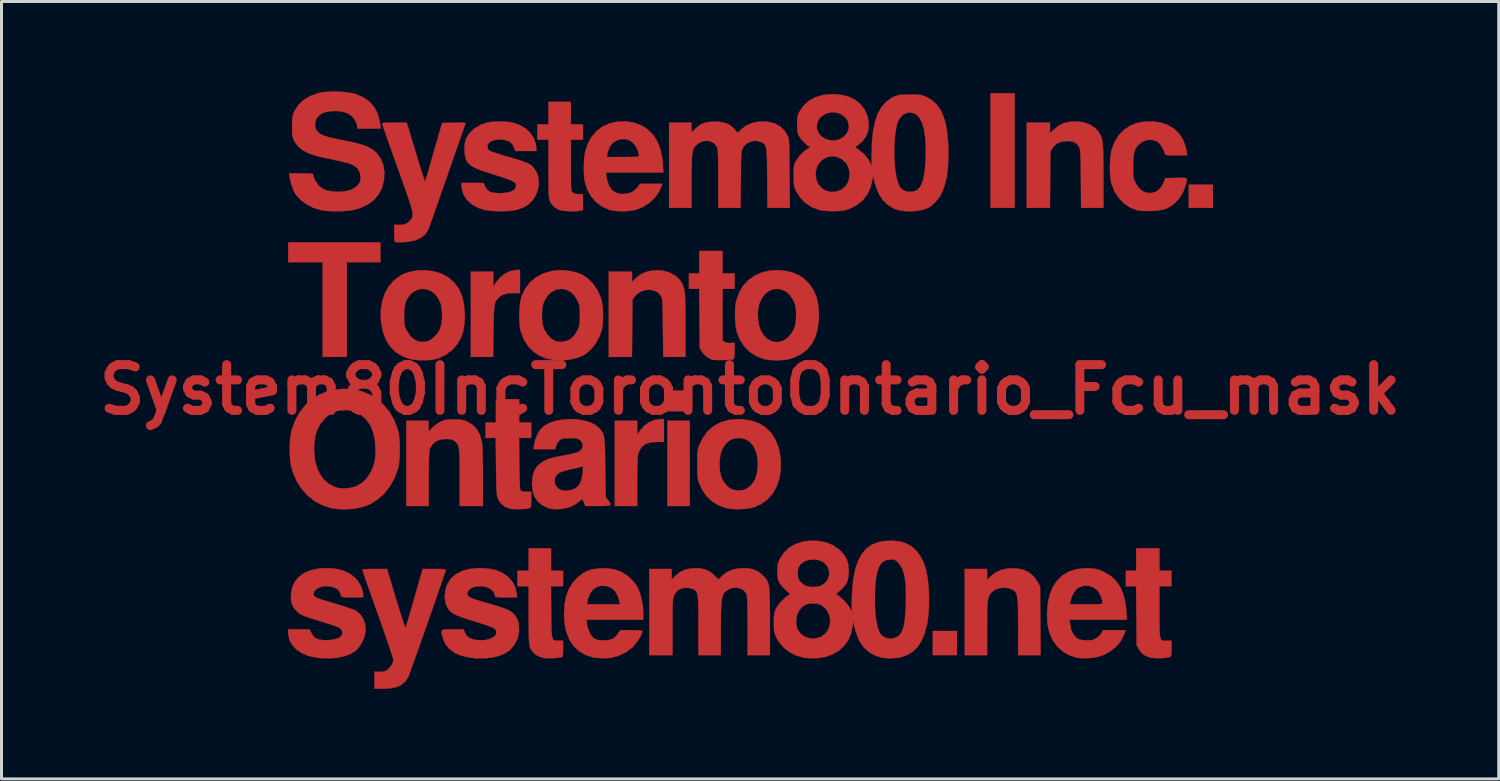
<source format=kicad_pcb>
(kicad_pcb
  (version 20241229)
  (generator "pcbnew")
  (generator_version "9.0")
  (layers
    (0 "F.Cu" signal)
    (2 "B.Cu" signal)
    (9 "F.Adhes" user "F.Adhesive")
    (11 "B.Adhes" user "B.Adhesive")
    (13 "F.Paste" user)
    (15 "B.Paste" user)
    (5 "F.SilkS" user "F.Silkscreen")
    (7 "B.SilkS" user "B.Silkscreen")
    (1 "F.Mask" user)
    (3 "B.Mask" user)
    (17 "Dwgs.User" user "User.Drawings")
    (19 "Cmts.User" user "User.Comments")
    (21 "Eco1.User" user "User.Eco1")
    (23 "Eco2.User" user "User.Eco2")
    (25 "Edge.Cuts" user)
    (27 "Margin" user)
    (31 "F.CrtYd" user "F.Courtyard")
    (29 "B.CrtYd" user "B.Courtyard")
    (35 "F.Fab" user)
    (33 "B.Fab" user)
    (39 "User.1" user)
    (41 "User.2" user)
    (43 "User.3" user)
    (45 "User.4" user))
  (footprint "System80IncTorontoOntario_Fcu_mask"
    (layer "F.Cu")
    (at 21.96 9.943)
    (property "Reference" "System80IncTorontoOntario_Fcu_mask" (at 0 0 0) (layer "F.Cu") (effects (font (size 1.524 1.524) (thickness 0.3))))
    (attr through_hole)
    (fp_poly (pts (xy -2.011 0.718) (xy -2.758 0.718) (xy -2.758 0.029) (xy -2.011 0.029) (xy -2.011 0.718)) (stroke (width 0.01) (type solid)) (fill yes) (layer "F.Cu"))
    (fp_poly (pts (xy -2.011 3.879) (xy -2.758 3.879) (xy -2.758 1.034) (xy -2.011 1.034) (xy -2.011 3.879)) (stroke (width 0.01) (type solid)) (fill yes) (layer "F.Cu"))
    (fp_poly (pts (xy 6.896 8.85) (xy 6.091 8.85) (xy 6.091 8.045) (xy 6.896 8.045) (xy 6.896 8.85)) (stroke (width 0.01) (type solid)) (fill yes) (layer "F.Cu"))
    (fp_poly (pts (xy 8.821 -6.063) (xy 8.017 -6.063) (xy 8.017 -9.884) (xy 8.821 -9.884) (xy 8.821 -6.063)) (stroke (width 0.01) (type solid)) (fill yes) (layer "F.Cu"))
    (fp_poly (pts (xy 15.43 -6.063) (xy 14.625 -6.063) (xy 14.625 -6.838) (xy 15.43 -6.838) (xy 15.43 -6.063)) (stroke (width 0.01) (type solid)) (fill yes) (layer "F.Cu"))
    (fp_poly (pts (xy -12.326 -4.252) (xy -13.447 -4.252) (xy -13.447 -1.092) (xy -14.252 -1.092) (xy -14.252 -4.252) (xy -15.401 -4.252) (xy -15.401 -4.913) (xy -12.326 -4.913) (xy -12.326 -4.252)) (stroke (width 0.01) (type solid)) (fill yes) (layer "F.Cu"))
    (fp_poly (pts (xy -2.873 1.742) (xy -3.11 1.741) (xy -3.316 1.757) (xy -3.479 1.808) (xy -3.602 1.896) (xy -3.689 2.024) (xy -3.732 2.141) (xy -3.742 2.208) (xy -3.751 2.329) (xy -3.757 2.497) (xy -3.761 2.709) (xy -3.764 2.959) (xy -3.764 3.067) (xy -3.764 3.879) (xy -4.511 3.879) (xy -4.511 1.034) (xy -3.764 1.034) (xy -3.764 1.5) (xy -3.669 1.361) (xy -3.53 1.202) (xy -3.361 1.081) (xy -3.172 1.004) (xy -2.981 0.977) (xy -2.873 0.977) (xy -2.873 1.742)) (stroke (width 0.01) (type solid)) (fill yes) (layer "F.Cu"))
    (fp_poly (pts (xy -7.672 -3.221) (xy -7.898 -3.221) (xy -8.076 -3.212) (xy -8.213 -3.181) (xy -8.322 -3.122) (xy -8.395 -3.056) (xy -8.436 -3.011) (xy -8.468 -2.966) (xy -8.493 -2.913) (xy -8.513 -2.848) (xy -8.527 -2.762) (xy -8.537 -2.648) (xy -8.545 -2.501) (xy -8.55 -2.314) (xy -8.554 -2.079) (xy -8.556 -1.947) (xy -8.568 -1.092) (xy -9.31 -1.092) (xy -9.31 -3.936) (xy -8.562 -3.936) (xy -8.562 -3.437) (xy -8.481 -3.566) (xy -8.346 -3.733) (xy -8.182 -3.864) (xy -8 -3.953) (xy -7.81 -3.992) (xy -7.767 -3.994) (xy -7.672 -3.994) (xy -7.672 -3.221)) (stroke (width 0.01) (type solid)) (fill yes) (layer "F.Cu"))
    (fp_poly (pts (xy -0.919 -3.879) (xy -0.517 -3.879) (xy -0.517 -3.362) (xy -0.919 -3.362) (xy -0.919 -1.639) (xy -0.848 -1.592) (xy -0.744 -1.557) (xy -0.647 -1.556) (xy -0.517 -1.566) (xy -0.517 -1.302) (xy -0.521 -1.151) (xy -0.533 -1.056) (xy -0.552 -1.016) (xy -0.599 -1.005) (xy -0.688 -0.996) (xy -0.806 -0.99) (xy -0.935 -0.987) (xy -1.063 -0.987) (xy -1.173 -0.991) (xy -1.252 -0.999) (xy -1.271 -1.004) (xy -1.436 -1.084) (xy -1.566 -1.204) (xy -1.61 -1.27) (xy -1.681 -1.394) (xy -1.698 -3.362) (xy -2.04 -3.362) (xy -2.04 -3.879) (xy -1.695 -3.879) (xy -1.695 -4.626) (xy -0.919 -4.626) (xy -0.919 -3.879)) (stroke (width 0.01) (type solid)) (fill yes) (layer "F.Cu"))
    (fp_poly (pts (xy 13.648 6.034) (xy 14.05 6.034) (xy 14.05 6.551) (xy 13.648 6.551) (xy 13.648 7.408) (xy 13.648 7.669) (xy 13.649 7.878) (xy 13.653 8.041) (xy 13.66 8.164) (xy 13.672 8.252) (xy 13.692 8.311) (xy 13.719 8.347) (xy 13.756 8.365) (xy 13.804 8.371) (xy 13.864 8.37) (xy 13.889 8.37) (xy 14.05 8.366) (xy 14.05 8.633) (xy 14.05 8.756) (xy 14.043 8.839) (xy 14.021 8.892) (xy 13.973 8.922) (xy 13.89 8.937) (xy 13.764 8.947) (xy 13.691 8.951) (xy 13.5 8.952) (xy 13.345 8.931) (xy 13.323 8.925) (xy 13.169 8.866) (xy 13.055 8.78) (xy 12.963 8.654) (xy 12.959 8.646) (xy 12.887 8.519) (xy 12.869 6.551) (xy 12.528 6.551) (xy 12.528 6.034) (xy 12.872 6.034) (xy 12.872 5.287) (xy 13.648 5.287) (xy 13.648 6.034)) (stroke (width 0.01) (type solid)) (fill yes) (layer "F.Cu"))
    (fp_poly (pts (xy -5.976 -8.85) (xy -5.574 -8.85) (xy -5.574 -8.333) (xy -5.976 -8.333) (xy -5.976 -7.485) (xy -5.976 -7.242) (xy -5.976 -7.049) (xy -5.974 -6.901) (xy -5.97 -6.791) (xy -5.965 -6.712) (xy -5.958 -6.658) (xy -5.948 -6.622) (xy -5.935 -6.598) (xy -5.919 -6.58) (xy -5.857 -6.54) (xy -5.764 -6.524) (xy -5.718 -6.522) (xy -5.574 -6.522) (xy -5.574 -5.984) (xy -5.664 -5.966) (xy -5.768 -5.953) (xy -5.903 -5.949) (xy -6.05 -5.951) (xy -6.19 -5.961) (xy -6.305 -5.976) (xy -6.36 -5.99) (xy -6.51 -6.071) (xy -6.624 -6.196) (xy -6.669 -6.278) (xy -6.684 -6.314) (xy -6.695 -6.355) (xy -6.704 -6.409) (xy -6.711 -6.482) (xy -6.716 -6.58) (xy -6.719 -6.709) (xy -6.721 -6.877) (xy -6.722 -7.089) (xy -6.723 -7.352) (xy -6.723 -7.363) (xy -6.724 -8.333) (xy -7.097 -8.333) (xy -7.097 -8.85) (xy -6.724 -8.85) (xy -6.724 -9.597) (xy -5.976 -9.597) (xy -5.976 -8.85)) (stroke (width 0.01) (type solid)) (fill yes) (layer "F.Cu"))
    (fp_poly (pts (xy 8.911 5.96) (xy 9.134 6.012) (xy 9.325 6.111) (xy 9.483 6.255) (xy 9.591 6.418) (xy 9.669 6.565) (xy 9.677 7.708) (xy 9.686 8.85) (xy 8.936 8.85) (xy 8.936 7.902) (xy 8.935 7.618) (xy 8.933 7.385) (xy 8.929 7.198) (xy 8.922 7.05) (xy 8.91 6.937) (xy 8.894 6.852) (xy 8.873 6.789) (xy 8.845 6.743) (xy 8.81 6.707) (xy 8.769 6.677) (xy 8.633 6.619) (xy 8.474 6.599) (xy 8.312 6.617) (xy 8.166 6.671) (xy 8.098 6.718) (xy 8.047 6.763) (xy 8.006 6.807) (xy 7.973 6.859) (xy 7.949 6.922) (xy 7.93 7.005) (xy 7.918 7.113) (xy 7.91 7.253) (xy 7.905 7.432) (xy 7.903 7.654) (xy 7.902 7.928) (xy 7.902 7.938) (xy 7.902 8.85) (xy 7.155 8.85) (xy 7.155 5.976) (xy 7.902 5.976) (xy 7.902 6.34) (xy 8.025 6.222) (xy 8.193 6.09) (xy 8.377 6.005) (xy 8.591 5.961) (xy 8.656 5.955) (xy 8.911 5.96)) (stroke (width 0.01) (type solid)) (fill yes) (layer "F.Cu"))
    (fp_poly (pts (xy -7.7 1.092) (xy -7.298 1.092) (xy -7.298 1.609) (xy -7.703 1.609) (xy -7.694 2.47) (xy -7.691 2.73) (xy -7.687 2.939) (xy -7.682 3.1) (xy -7.676 3.218) (xy -7.668 3.299) (xy -7.659 3.348) (xy -7.649 3.368) (xy -7.597 3.39) (xy -7.506 3.402) (xy -7.455 3.403) (xy -7.298 3.402) (xy -7.298 3.666) (xy -7.3 3.794) (xy -7.306 3.875) (xy -7.318 3.922) (xy -7.339 3.946) (xy -7.348 3.951) (xy -7.409 3.964) (xy -7.51 3.974) (xy -7.634 3.98) (xy -7.764 3.983) (xy -7.883 3.981) (xy -7.973 3.974) (xy -8.002 3.969) (xy -8.169 3.906) (xy -8.294 3.813) (xy -8.387 3.681) (xy -8.41 3.634) (xy -8.424 3.596) (xy -8.435 3.55) (xy -8.445 3.488) (xy -8.452 3.404) (xy -8.458 3.292) (xy -8.462 3.146) (xy -8.466 2.958) (xy -8.469 2.723) (xy -8.471 2.564) (xy -8.481 1.609) (xy -8.821 1.609) (xy -8.821 1.092) (xy -8.476 1.092) (xy -8.476 0.316) (xy -7.7 0.316) (xy -7.7 1.092)) (stroke (width 0.01) (type solid)) (fill yes) (layer "F.Cu"))
    (fp_poly (pts (xy -2.888 -3.966) (xy -2.686 -3.907) (xy -2.509 -3.813) (xy -2.368 -3.687) (xy -2.341 -3.653) (xy -2.296 -3.588) (xy -2.259 -3.525) (xy -2.229 -3.457) (xy -2.205 -3.379) (xy -2.187 -3.285) (xy -2.174 -3.168) (xy -2.165 -3.022) (xy -2.159 -2.841) (xy -2.156 -2.619) (xy -2.155 -2.349) (xy -2.155 -2.146) (xy -2.155 -1.092) (xy -2.899 -1.092) (xy -2.907 -2.062) (xy -2.91 -2.325) (xy -2.913 -2.536) (xy -2.916 -2.703) (xy -2.92 -2.832) (xy -2.925 -2.928) (xy -2.932 -2.999) (xy -2.941 -3.05) (xy -2.953 -3.088) (xy -2.968 -3.119) (xy -2.975 -3.132) (xy -3.066 -3.236) (xy -3.189 -3.302) (xy -3.331 -3.332) (xy -3.482 -3.324) (xy -3.628 -3.28) (xy -3.759 -3.199) (xy -3.839 -3.116) (xy -3.922 -3.007) (xy -3.93 -2.05) (xy -3.939 -1.092) (xy -4.712 -1.092) (xy -4.712 -3.936) (xy -3.936 -3.936) (xy -3.936 -3.592) (xy -3.823 -3.705) (xy -3.675 -3.828) (xy -3.51 -3.912) (xy -3.322 -3.965) (xy -3.104 -3.987) (xy -2.888 -3.966)) (stroke (width 0.01) (type solid)) (fill yes) (layer "F.Cu"))
    (fp_poly (pts (xy 11.133 -8.911) (xy 11.331 -8.838) (xy 11.495 -8.73) (xy 11.597 -8.62) (xy 11.641 -8.556) (xy 11.678 -8.493) (xy 11.708 -8.426) (xy 11.731 -8.348) (xy 11.749 -8.253) (xy 11.762 -8.135) (xy 11.771 -7.988) (xy 11.776 -7.806) (xy 11.779 -7.582) (xy 11.78 -7.311) (xy 11.781 -7.117) (xy 11.781 -6.063) (xy 11.036 -6.063) (xy 11.028 -7.032) (xy 11.025 -7.298) (xy 11.022 -7.512) (xy 11.019 -7.682) (xy 11.014 -7.812) (xy 11.009 -7.91) (xy 11.001 -7.982) (xy 10.992 -8.033) (xy 10.98 -8.07) (xy 10.968 -8.095) (xy 10.897 -8.194) (xy 10.804 -8.255) (xy 10.679 -8.285) (xy 10.575 -8.289) (xy 10.391 -8.272) (xy 10.245 -8.216) (xy 10.13 -8.119) (xy 10.09 -8.064) (xy 10.013 -7.949) (xy 10.005 -7.006) (xy 9.997 -6.063) (xy 9.223 -6.063) (xy 9.223 -8.907) (xy 9.999 -8.907) (xy 9.999 -8.555) (xy 10.14 -8.686) (xy 10.287 -8.804) (xy 10.438 -8.881) (xy 10.614 -8.926) (xy 10.674 -8.935) (xy 10.911 -8.944) (xy 11.133 -8.911)) (stroke (width 0.01) (type solid)) (fill yes) (layer "F.Cu"))
    (fp_poly (pts (xy -6.637 6.034) (xy -6.235 6.034) (xy -6.235 6.551) (xy -6.64 6.551) (xy -6.631 7.412) (xy -6.629 7.672) (xy -6.626 7.881) (xy -6.621 8.043) (xy -6.612 8.165) (xy -6.598 8.252) (xy -6.578 8.311) (xy -6.55 8.346) (xy -6.512 8.363) (xy -6.464 8.369) (xy -6.402 8.368) (xy -6.38 8.368) (xy -6.235 8.365) (xy -6.235 8.633) (xy -6.237 8.761) (xy -6.242 8.844) (xy -6.254 8.891) (xy -6.274 8.915) (xy -6.285 8.921) (xy -6.35 8.934) (xy -6.454 8.944) (xy -6.579 8.951) (xy -6.707 8.953) (xy -6.82 8.95) (xy -6.899 8.941) (xy -6.91 8.939) (xy -7.042 8.895) (xy -7.137 8.844) (xy -7.216 8.775) (xy -7.218 8.774) (xy -7.261 8.726) (xy -7.295 8.68) (xy -7.323 8.629) (xy -7.344 8.566) (xy -7.36 8.486) (xy -7.371 8.381) (xy -7.378 8.246) (xy -7.382 8.074) (xy -7.384 7.859) (xy -7.384 7.594) (xy -7.384 7.515) (xy -7.384 6.551) (xy -7.758 6.551) (xy -7.758 6.034) (xy -7.384 6.034) (xy -7.384 5.287) (xy -6.637 5.287) (xy -6.637 6.034)) (stroke (width 0.01) (type solid)) (fill yes) (layer "F.Cu"))
    (fp_poly (pts (xy -9.723 0.995) (xy -9.616 1.004) (xy -9.53 1.023) (xy -9.45 1.053) (xy -9.439 1.058) (xy -9.251 1.173) (xy -9.106 1.326) (xy -9.002 1.519) (xy -8.942 1.751) (xy -8.936 1.789) (xy -8.929 1.869) (xy -8.923 1.998) (xy -8.918 2.167) (xy -8.913 2.366) (xy -8.91 2.587) (xy -8.908 2.822) (xy -8.908 2.938) (xy -8.907 3.879) (xy -9.683 3.879) (xy -9.683 2.93) (xy -9.683 2.654) (xy -9.685 2.43) (xy -9.688 2.25) (xy -9.694 2.109) (xy -9.704 2.001) (xy -9.718 1.919) (xy -9.736 1.858) (xy -9.761 1.81) (xy -9.793 1.77) (xy -9.832 1.731) (xy -9.838 1.726) (xy -9.904 1.68) (xy -9.991 1.654) (xy -10.087 1.643) (xy -10.279 1.652) (xy -10.441 1.704) (xy -10.57 1.797) (xy -10.66 1.928) (xy -10.687 2.005) (xy -10.696 2.064) (xy -10.703 2.174) (xy -10.709 2.328) (xy -10.713 2.521) (xy -10.716 2.744) (xy -10.717 2.993) (xy -10.717 2.995) (xy -10.717 3.879) (xy -11.464 3.879) (xy -11.464 1.034) (xy -10.717 1.034) (xy -10.717 1.391) (xy -10.595 1.266) (xy -10.495 1.18) (xy -10.376 1.099) (xy -10.315 1.066) (xy -10.232 1.031) (xy -10.155 1.008) (xy -10.065 0.997) (xy -9.946 0.992) (xy -9.87 0.992) (xy -9.723 0.995)) (stroke (width 0.01) (type solid)) (fill yes) (layer "F.Cu"))
    (fp_poly (pts (xy 1.181 -3.963) (xy 1.426 -3.903) (xy 1.643 -3.809) (xy 1.784 -3.714) (xy 1.971 -3.532) (xy 2.114 -3.324) (xy 2.214 -3.086) (xy 2.273 -2.815) (xy 2.294 -2.506) (xy 2.29 -2.356) (xy 2.255 -2.042) (xy 2.178 -1.768) (xy 2.06 -1.534) (xy 1.901 -1.339) (xy 1.7 -1.184) (xy 1.457 -1.068) (xy 1.302 -1.02) (xy 1.154 -0.994) (xy 0.974 -0.982) (xy 0.783 -0.982) (xy 0.605 -0.996) (xy 0.467 -1.021) (xy 0.209 -1.118) (xy -0.013 -1.259) (xy -0.197 -1.443) (xy -0.341 -1.668) (xy -0.438 -1.907) (xy -0.472 -2.062) (xy -0.495 -2.254) (xy -0.504 -2.463) (xy -0.503 -2.499) (xy 0.257 -2.499) (xy 0.269 -2.304) (xy 0.302 -2.121) (xy 0.352 -1.981) (xy 0.458 -1.808) (xy 0.582 -1.688) (xy 0.708 -1.622) (xy 0.818 -1.59) (xy 0.912 -1.585) (xy 1.021 -1.605) (xy 1.049 -1.612) (xy 1.165 -1.668) (xy 1.282 -1.765) (xy 1.386 -1.89) (xy 1.465 -2.027) (xy 1.482 -2.072) (xy 1.514 -2.209) (xy 1.531 -2.378) (xy 1.534 -2.558) (xy 1.521 -2.724) (xy 1.499 -2.835) (xy 1.434 -2.993) (xy 1.338 -3.137) (xy 1.224 -3.25) (xy 1.15 -3.297) (xy 0.98 -3.355) (xy 0.815 -3.358) (xy 0.66 -3.31) (xy 0.521 -3.213) (xy 0.403 -3.07) (xy 0.313 -2.885) (xy 0.301 -2.85) (xy 0.267 -2.689) (xy 0.257 -2.499) (xy -0.503 -2.499) (xy -0.5 -2.67) (xy -0.483 -2.856) (xy -0.463 -2.96) (xy -0.369 -3.23) (xy -0.232 -3.464) (xy -0.055 -3.657) (xy 0.159 -3.809) (xy 0.408 -3.915) (xy 0.654 -3.97) (xy 0.92 -3.986) (xy 1.181 -3.963)) (stroke (width 0.01) (type solid)) (fill yes) (layer "F.Cu"))
    (fp_poly (pts (xy -10.538 -3.945) (xy -10.293 -3.869) (xy -10.079 -3.757) (xy -10.071 -3.751) (xy -9.875 -3.583) (xy -9.722 -3.379) (xy -9.61 -3.138) (xy -9.541 -2.858) (xy -9.512 -2.538) (xy -9.511 -2.471) (xy -9.526 -2.178) (xy -9.571 -1.927) (xy -9.65 -1.71) (xy -9.765 -1.516) (xy -9.909 -1.35) (xy -10.118 -1.181) (xy -10.355 -1.062) (xy -10.539 -1.009) (xy -10.687 -0.989) (xy -10.863 -0.98) (xy -11.047 -0.983) (xy -11.216 -0.998) (xy -11.342 -1.021) (xy -11.601 -1.117) (xy -11.82 -1.255) (xy -12 -1.434) (xy -12.14 -1.654) (xy -12.24 -1.916) (xy -12.3 -2.219) (xy -12.314 -2.356) (xy -12.313 -2.469) (xy -11.536 -2.469) (xy -11.535 -2.323) (xy -11.531 -2.218) (xy -11.52 -2.141) (xy -11.5 -2.075) (xy -11.468 -2.005) (xy -11.45 -1.969) (xy -11.337 -1.797) (xy -11.203 -1.676) (xy -11.051 -1.606) (xy -10.884 -1.591) (xy -10.765 -1.611) (xy -10.644 -1.669) (xy -10.523 -1.767) (xy -10.415 -1.891) (xy -10.341 -2.019) (xy -10.3 -2.155) (xy -10.276 -2.326) (xy -10.27 -2.513) (xy -10.281 -2.695) (xy -10.311 -2.853) (xy -10.323 -2.889) (xy -10.408 -3.065) (xy -10.523 -3.203) (xy -10.659 -3.3) (xy -10.809 -3.354) (xy -10.965 -3.362) (xy -11.119 -3.322) (xy -11.263 -3.233) (xy -11.312 -3.186) (xy -11.406 -3.072) (xy -11.471 -2.952) (xy -11.511 -2.812) (xy -11.532 -2.64) (xy -11.536 -2.469) (xy -12.313 -2.469) (xy -12.312 -2.666) (xy -12.266 -2.955) (xy -12.176 -3.217) (xy -12.046 -3.447) (xy -11.877 -3.642) (xy -11.672 -3.797) (xy -11.565 -3.854) (xy -11.328 -3.937) (xy -11.069 -3.979) (xy -10.801 -3.981) (xy -10.538 -3.945)) (stroke (width 0.01) (type solid)) (fill yes) (layer "F.Cu"))
    (fp_poly (pts (xy -0.246 0.986) (xy 0.043 1.031) (xy 0.298 1.122) (xy 0.516 1.257) (xy 0.697 1.434) (xy 0.84 1.653) (xy 0.944 1.912) (xy 1.007 2.21) (xy 1.022 2.368) (xy 1.02 2.685) (xy 0.972 2.976) (xy 0.881 3.238) (xy 0.749 3.467) (xy 0.577 3.659) (xy 0.368 3.812) (xy 0.15 3.912) (xy 0.003 3.949) (xy -0.181 3.974) (xy -0.379 3.984) (xy -0.572 3.98) (xy -0.738 3.961) (xy -0.782 3.951) (xy -1.046 3.858) (xy -1.27 3.724) (xy -1.457 3.546) (xy -1.607 3.323) (xy -1.701 3.115) (xy -1.725 3.042) (xy -1.742 2.97) (xy -1.754 2.886) (xy -1.76 2.778) (xy -1.764 2.634) (xy -1.764 2.485) (xy -1.02 2.485) (xy -1.007 2.71) (xy -0.966 2.894) (xy -0.893 3.05) (xy -0.813 3.16) (xy -0.7 3.269) (xy -0.581 3.332) (xy -0.436 3.359) (xy -0.376 3.361) (xy -0.24 3.348) (xy -0.123 3.304) (xy -0.101 3.292) (xy 0.046 3.173) (xy 0.155 3.012) (xy 0.225 2.808) (xy 0.257 2.563) (xy 0.259 2.48) (xy 0.24 2.239) (xy 0.185 2.031) (xy 0.097 1.861) (xy -0.021 1.731) (xy -0.167 1.646) (xy -0.337 1.61) (xy -0.373 1.609) (xy -0.539 1.627) (xy -0.675 1.685) (xy -0.796 1.792) (xy -0.812 1.81) (xy -0.913 1.954) (xy -0.978 2.116) (xy -1.012 2.308) (xy -1.02 2.485) (xy -1.764 2.485) (xy -1.764 2.307) (xy -1.761 2.175) (xy -1.754 2.076) (xy -1.743 1.999) (xy -1.725 1.931) (xy -1.7 1.86) (xy -1.697 1.853) (xy -1.568 1.592) (xy -1.404 1.376) (xy -1.206 1.207) (xy -0.975 1.084) (xy -0.712 1.008) (xy -0.419 0.98) (xy -0.246 0.986)) (stroke (width 0.01) (type solid)) (fill yes) (layer "F.Cu"))
    (fp_poly (pts (xy -3.867 -8.903) (xy -3.625 -8.815) (xy -3.415 -8.68) (xy -3.237 -8.502) (xy -3.096 -8.281) (xy -2.992 -8.021) (xy -2.928 -7.723) (xy -2.91 -7.539) (xy -2.893 -7.241) (xy -4.806 -7.241) (xy -4.787 -7.09) (xy -4.761 -6.972) (xy -4.719 -6.845) (xy -4.696 -6.79) (xy -4.603 -6.656) (xy -4.478 -6.569) (xy -4.32 -6.528) (xy -4.236 -6.525) (xy -4.051 -6.547) (xy -3.9 -6.613) (xy -3.773 -6.726) (xy -3.735 -6.774) (xy -3.667 -6.867) (xy -2.927 -6.867) (xy -2.946 -6.803) (xy -3.038 -6.593) (xy -3.179 -6.4) (xy -3.358 -6.231) (xy -3.568 -6.095) (xy -3.789 -6.004) (xy -3.947 -5.97) (xy -4.133 -5.951) (xy -4.328 -5.948) (xy -4.513 -5.961) (xy -4.667 -5.99) (xy -4.698 -5.999) (xy -4.942 -6.112) (xy -5.148 -6.267) (xy -5.314 -6.462) (xy -5.437 -6.695) (xy -5.514 -6.948) (xy -5.532 -7.081) (xy -5.542 -7.251) (xy -5.544 -7.44) (xy -5.537 -7.627) (xy -5.527 -7.758) (xy -4.777 -7.758) (xy -4.242 -7.758) (xy -4.054 -7.758) (xy -3.916 -7.76) (xy -3.82 -7.763) (xy -3.759 -7.769) (xy -3.725 -7.779) (xy -3.71 -7.792) (xy -3.707 -7.811) (xy -3.707 -7.812) (xy -3.716 -7.871) (xy -3.739 -7.956) (xy -3.751 -7.991) (xy -3.831 -8.147) (xy -3.938 -8.26) (xy -4.066 -8.331) (xy -4.204 -8.36) (xy -4.344 -8.35) (xy -4.477 -8.3) (xy -4.595 -8.212) (xy -4.688 -8.087) (xy -4.749 -7.926) (xy -4.758 -7.88) (xy -4.777 -7.758) (xy -5.527 -7.758) (xy -5.523 -7.795) (xy -5.503 -7.92) (xy -5.414 -8.194) (xy -5.285 -8.429) (xy -5.12 -8.623) (xy -4.921 -8.774) (xy -4.692 -8.879) (xy -4.436 -8.935) (xy -4.138 -8.944) (xy -3.867 -8.903)) (stroke (width 0.01) (type solid)) (fill yes) (layer "F.Cu"))
    (fp_poly (pts (xy -4.741 5.957) (xy -4.51 5.996) (xy -4.291 6.077) (xy -4.255 6.095) (xy -4.1 6.195) (xy -3.948 6.331) (xy -3.818 6.485) (xy -3.739 6.616) (xy -3.666 6.802) (xy -3.61 7.021) (xy -3.573 7.248) (xy -3.563 7.432) (xy -3.563 7.672) (xy -5.458 7.672) (xy -5.442 7.808) (xy -5.419 7.914) (xy -5.378 8.034) (xy -5.349 8.101) (xy -5.279 8.219) (xy -5.198 8.297) (xy -5.093 8.341) (xy -4.954 8.357) (xy -4.851 8.356) (xy -4.697 8.341) (xy -4.584 8.307) (xy -4.495 8.244) (xy -4.413 8.144) (xy -4.399 8.122) (xy -4.329 8.017) (xy -3.96 8.017) (xy -3.802 8.018) (xy -3.694 8.022) (xy -3.628 8.03) (xy -3.597 8.043) (xy -3.592 8.055) (xy -3.61 8.128) (xy -3.657 8.229) (xy -3.726 8.344) (xy -3.808 8.459) (xy -3.893 8.559) (xy -3.922 8.589) (xy -4.135 8.751) (xy -4.378 8.869) (xy -4.644 8.939) (xy -4.925 8.959) (xy -5.214 8.929) (xy -5.251 8.921) (xy -5.496 8.841) (xy -5.708 8.715) (xy -5.884 8.547) (xy -6.023 8.337) (xy -6.124 8.089) (xy -6.186 7.805) (xy -6.206 7.488) (xy -6.188 7.169) (xy -6.186 7.155) (xy -5.438 7.155) (xy -4.338 7.155) (xy -4.355 7.076) (xy -4.415 6.876) (xy -4.498 6.726) (xy -4.607 6.622) (xy -4.746 6.558) (xy -4.782 6.549) (xy -4.953 6.537) (xy -5.107 6.576) (xy -5.236 6.663) (xy -5.337 6.793) (xy -5.404 6.963) (xy -5.419 7.037) (xy -5.438 7.155) (xy -6.186 7.155) (xy -6.135 6.891) (xy -6.045 6.649) (xy -5.915 6.438) (xy -5.759 6.266) (xy -5.594 6.132) (xy -5.425 6.041) (xy -5.235 5.984) (xy -5.009 5.956) (xy -5 5.955) (xy -4.741 5.957)) (stroke (width 0.01) (type solid)) (fill yes) (layer "F.Cu"))
    (fp_poly (pts (xy -6.001 -3.958) (xy -5.79 -3.908) (xy -5.611 -3.84) (xy -5.602 -3.835) (xy -5.404 -3.704) (xy -5.23 -3.527) (xy -5.087 -3.313) (xy -4.98 -3.07) (xy -4.94 -2.931) (xy -4.919 -2.798) (xy -4.907 -2.63) (xy -4.903 -2.445) (xy -4.909 -2.263) (xy -4.923 -2.104) (xy -4.94 -2.011) (xy -5.021 -1.773) (xy -5.143 -1.551) (xy -5.296 -1.356) (xy -5.471 -1.202) (xy -5.567 -1.142) (xy -5.767 -1.059) (xy -6.001 -1.005) (xy -6.252 -0.98) (xy -6.505 -0.987) (xy -6.743 -1.027) (xy -6.752 -1.029) (xy -7 -1.122) (xy -7.216 -1.261) (xy -7.397 -1.443) (xy -7.539 -1.666) (xy -7.64 -1.925) (xy -7.66 -2.004) (xy -7.685 -2.162) (xy -7.697 -2.352) (xy -7.697 -2.396) (xy -6.94 -2.396) (xy -6.925 -2.225) (xy -6.893 -2.081) (xy -6.875 -2.031) (xy -6.766 -1.844) (xy -6.637 -1.708) (xy -6.489 -1.623) (xy -6.327 -1.592) (xy -6.153 -1.615) (xy -6.04 -1.658) (xy -5.962 -1.711) (xy -5.883 -1.788) (xy -5.856 -1.822) (xy -5.782 -1.93) (xy -5.732 -2.025) (xy -5.701 -2.124) (xy -5.684 -2.242) (xy -5.677 -2.395) (xy -5.677 -2.471) (xy -5.677 -2.623) (xy -5.683 -2.732) (xy -5.695 -2.814) (xy -5.715 -2.885) (xy -5.741 -2.945) (xy -5.849 -3.127) (xy -5.98 -3.258) (xy -6.134 -3.336) (xy -6.307 -3.362) (xy -6.474 -3.334) (xy -6.625 -3.256) (xy -6.755 -3.132) (xy -6.856 -2.968) (xy -6.889 -2.889) (xy -6.922 -2.747) (xy -6.939 -2.577) (xy -6.94 -2.396) (xy -7.697 -2.396) (xy -7.696 -2.558) (xy -7.683 -2.763) (xy -7.659 -2.948) (xy -7.625 -3.097) (xy -7.618 -3.118) (xy -7.5 -3.367) (xy -7.341 -3.576) (xy -7.144 -3.745) (xy -6.909 -3.871) (xy -6.64 -3.953) (xy -6.423 -3.984) (xy -6.22 -3.985) (xy -6.001 -3.958)) (stroke (width 0.01) (type solid)) (fill yes) (layer "F.Cu"))
    (fp_poly (pts (xy 13.683 -8.909) (xy 13.923 -8.828) (xy 14.13 -8.705) (xy 14.302 -8.542) (xy 14.433 -8.34) (xy 14.523 -8.102) (xy 14.554 -7.951) (xy 14.574 -7.815) (xy 14.209 -7.815) (xy 14.059 -7.816) (xy 13.956 -7.818) (xy 13.891 -7.824) (xy 13.854 -7.836) (xy 13.836 -7.854) (xy 13.827 -7.879) (xy 13.781 -8.003) (xy 13.712 -8.123) (xy 13.633 -8.223) (xy 13.562 -8.279) (xy 13.412 -8.329) (xy 13.254 -8.328) (xy 13.102 -8.278) (xy 12.968 -8.182) (xy 12.94 -8.153) (xy 12.877 -8.072) (xy 12.831 -7.987) (xy 12.801 -7.888) (xy 12.782 -7.764) (xy 12.774 -7.602) (xy 12.772 -7.44) (xy 12.772 -7.282) (xy 12.775 -7.167) (xy 12.783 -7.084) (xy 12.797 -7.019) (xy 12.82 -6.959) (xy 12.854 -6.89) (xy 12.859 -6.88) (xy 12.964 -6.722) (xy 13.09 -6.616) (xy 13.235 -6.563) (xy 13.397 -6.559) (xy 13.544 -6.608) (xy 13.668 -6.705) (xy 13.763 -6.847) (xy 13.787 -6.905) (xy 13.843 -7.054) (xy 14.205 -7.062) (xy 14.361 -7.066) (xy 14.466 -7.065) (xy 14.53 -7.053) (xy 14.559 -7.026) (xy 14.561 -6.976) (xy 14.543 -6.899) (xy 14.524 -6.825) (xy 14.434 -6.58) (xy 14.302 -6.371) (xy 14.174 -6.235) (xy 14.04 -6.126) (xy 13.902 -6.049) (xy 13.748 -5.999) (xy 13.563 -5.97) (xy 13.361 -5.959) (xy 13.216 -5.958) (xy 13.082 -5.962) (xy 12.974 -5.97) (xy 12.919 -5.978) (xy 12.685 -6.065) (xy 12.477 -6.2) (xy 12.3 -6.379) (xy 12.158 -6.596) (xy 12.056 -6.848) (xy 12.035 -6.925) (xy 12.011 -7.069) (xy 11.999 -7.252) (xy 11.996 -7.454) (xy 12.005 -7.657) (xy 12.023 -7.841) (xy 12.049 -7.98) (xy 12.143 -8.243) (xy 12.278 -8.469) (xy 12.451 -8.654) (xy 12.659 -8.796) (xy 12.898 -8.892) (xy 13.115 -8.934) (xy 13.412 -8.945) (xy 13.683 -8.909)) (stroke (width 0.01) (type solid)) (fill yes) (layer "F.Cu"))
    (fp_poly (pts (xy 11.336 5.955) (xy 11.483 5.969) (xy 11.601 5.994) (xy 11.721 6.039) (xy 11.796 6.073) (xy 12.015 6.203) (xy 12.194 6.366) (xy 12.336 6.567) (xy 12.441 6.807) (xy 12.511 7.09) (xy 12.547 7.399) (xy 12.565 7.672) (xy 10.652 7.672) (xy 10.668 7.83) (xy 10.705 7.994) (xy 10.774 8.143) (xy 10.867 8.26) (xy 10.898 8.286) (xy 10.969 8.324) (xy 11.066 8.346) (xy 11.186 8.356) (xy 11.307 8.358) (xy 11.395 8.348) (xy 11.472 8.322) (xy 11.522 8.297) (xy 11.637 8.214) (xy 11.709 8.123) (xy 11.766 8.017) (xy 12.147 8.017) (xy 12.527 8.017) (xy 12.472 8.162) (xy 12.359 8.382) (xy 12.198 8.574) (xy 11.997 8.733) (xy 11.762 8.854) (xy 11.694 8.879) (xy 11.54 8.917) (xy 11.357 8.943) (xy 11.168 8.954) (xy 10.995 8.95) (xy 10.893 8.936) (xy 10.651 8.857) (xy 10.433 8.733) (xy 10.247 8.57) (xy 10.102 8.374) (xy 10.06 8.294) (xy 9.988 8.121) (xy 9.94 7.952) (xy 9.912 7.769) (xy 9.902 7.554) (xy 9.901 7.471) (xy 9.922 7.155) (xy 10.661 7.155) (xy 11.207 7.155) (xy 11.396 7.154) (xy 11.536 7.153) (xy 11.634 7.149) (xy 11.697 7.143) (xy 11.732 7.134) (xy 11.748 7.121) (xy 11.752 7.102) (xy 11.752 7.102) (xy 11.735 7.002) (xy 11.691 6.881) (xy 11.63 6.765) (xy 11.568 6.682) (xy 11.442 6.587) (xy 11.292 6.539) (xy 11.133 6.538) (xy 10.976 6.586) (xy 10.927 6.612) (xy 10.854 6.681) (xy 10.782 6.788) (xy 10.721 6.915) (xy 10.681 7.044) (xy 10.678 7.061) (xy 10.661 7.155) (xy 9.922 7.155) (xy 9.924 7.139) (xy 9.986 6.844) (xy 10.088 6.589) (xy 10.228 6.374) (xy 10.404 6.202) (xy 10.615 6.073) (xy 10.86 5.99) (xy 11.136 5.953) (xy 11.336 5.955)) (stroke (width 0.01) (type solid)) (fill yes) (layer "F.Cu"))
    (fp_poly (pts (xy -11.808 6.967) (xy -11.739 7.193) (xy -11.674 7.4) (xy -11.616 7.582) (xy -11.567 7.732) (xy -11.528 7.846) (xy -11.502 7.916) (xy -11.49 7.937) (xy -11.477 7.905) (xy -11.451 7.824) (xy -11.414 7.704) (xy -11.369 7.549) (xy -11.316 7.368) (xy -11.259 7.168) (xy -11.251 7.14) (xy -11.19 6.927) (xy -11.131 6.722) (xy -11.078 6.534) (xy -11.032 6.373) (xy -10.996 6.248) (xy -10.973 6.17) (xy -10.916 5.976) (xy -10.526 5.976) (xy -10.37 5.977) (xy -10.262 5.979) (xy -10.195 5.985) (xy -10.16 5.995) (xy -10.148 6.009) (xy -10.15 6.027) (xy -10.166 6.081) (xy -10.2 6.182) (xy -10.249 6.325) (xy -10.31 6.503) (xy -10.382 6.711) (xy -10.463 6.944) (xy -10.55 7.195) (xy -10.643 7.459) (xy -10.738 7.73) (xy -10.834 8.003) (xy -10.929 8.271) (xy -11.02 8.53) (xy -11.107 8.773) (xy -11.186 8.995) (xy -11.256 9.19) (xy -11.314 9.353) (xy -11.36 9.477) (xy -11.39 9.557) (xy -11.402 9.586) (xy -11.499 9.731) (xy -11.627 9.839) (xy -11.789 9.914) (xy -11.992 9.957) (xy -12.24 9.97) (xy -12.528 9.97) (xy -12.528 9.404) (xy -12.357 9.407) (xy -12.241 9.403) (xy -12.16 9.382) (xy -12.106 9.35) (xy -12.008 9.257) (xy -11.934 9.147) (xy -11.898 9.04) (xy -11.896 9.011) (xy -11.905 8.967) (xy -11.932 8.875) (xy -11.976 8.739) (xy -12.033 8.566) (xy -12.103 8.36) (xy -12.183 8.127) (xy -12.272 7.871) (xy -12.368 7.6) (xy -12.413 7.475) (xy -12.511 7.2) (xy -12.603 6.941) (xy -12.687 6.704) (xy -12.762 6.492) (xy -12.825 6.312) (xy -12.875 6.169) (xy -12.91 6.067) (xy -12.928 6.011) (xy -12.93 6.003) (xy -12.903 5.993) (xy -12.828 5.985) (xy -12.715 5.98) (xy -12.575 5.977) (xy -12.519 5.976) (xy -12.107 5.976) (xy -11.808 6.967)) (stroke (width 0.01) (type solid)) (fill yes) (layer "F.Cu"))
    (fp_poly (pts (xy -13.265 -0.015) (xy -12.957 0.05) (xy -12.671 0.167) (xy -12.407 0.336) (xy -12.234 0.489) (xy -12.028 0.732) (xy -11.867 1.006) (xy -11.75 1.317) (xy -11.732 1.379) (xy -11.706 1.52) (xy -11.689 1.7) (xy -11.68 1.903) (xy -11.681 2.112) (xy -11.69 2.313) (xy -11.709 2.488) (xy -11.733 2.613) (xy -11.846 2.925) (xy -11.998 3.206) (xy -12.187 3.45) (xy -12.408 3.653) (xy -12.658 3.809) (xy -12.718 3.838) (xy -12.945 3.916) (xy -13.205 3.967) (xy -13.479 3.989) (xy -13.751 3.981) (xy -13.962 3.949) (xy -14.25 3.858) (xy -14.514 3.718) (xy -14.75 3.532) (xy -14.954 3.307) (xy -15.121 3.045) (xy -15.246 2.753) (xy -15.302 2.557) (xy -15.334 2.36) (xy -15.35 2.13) (xy -15.35 1.991) (xy -14.538 1.991) (xy -14.517 2.29) (xy -14.457 2.557) (xy -14.358 2.789) (xy -14.224 2.982) (xy -14.055 3.133) (xy -13.855 3.239) (xy -13.742 3.275) (xy -13.602 3.292) (xy -13.437 3.287) (xy -13.272 3.261) (xy -13.139 3.218) (xy -12.968 3.126) (xy -12.834 3.013) (xy -12.72 2.866) (xy -12.617 2.689) (xy -12.547 2.511) (xy -12.506 2.316) (xy -12.489 2.087) (xy -12.488 2.011) (xy -12.508 1.696) (xy -12.566 1.421) (xy -12.664 1.186) (xy -12.801 0.991) (xy -12.975 0.839) (xy -13.093 0.771) (xy -13.211 0.719) (xy -13.313 0.691) (xy -13.429 0.68) (xy -13.484 0.679) (xy -13.699 0.694) (xy -13.879 0.743) (xy -14.038 0.833) (xy -14.167 0.946) (xy -14.316 1.122) (xy -14.424 1.316) (xy -14.495 1.535) (xy -14.532 1.79) (xy -14.538 1.991) (xy -15.35 1.991) (xy -15.351 1.887) (xy -15.336 1.651) (xy -15.306 1.442) (xy -15.289 1.365) (xy -15.18 1.049) (xy -15.03 0.768) (xy -14.841 0.524) (xy -14.616 0.321) (xy -14.36 0.162) (xy -14.075 0.051) (xy -13.93 0.015) (xy -13.59 -0.027) (xy -13.265 -0.015)) (stroke (width 0.01) (type solid)) (fill yes) (layer "F.Cu"))
    (fp_poly (pts (xy -11.15 -7.916) (xy -11.082 -7.689) (xy -11.018 -7.481) (xy -10.961 -7.298) (xy -10.912 -7.146) (xy -10.874 -7.032) (xy -10.849 -6.96) (xy -10.838 -6.938) (xy -10.828 -6.967) (xy -10.803 -7.046) (xy -10.767 -7.167) (xy -10.72 -7.325) (xy -10.666 -7.512) (xy -10.605 -7.723) (xy -10.548 -7.922) (xy -10.27 -8.893) (xy -9.872 -8.901) (xy -9.715 -8.904) (xy -9.606 -8.904) (xy -9.538 -8.9) (xy -9.502 -8.892) (xy -9.491 -8.878) (xy -9.495 -8.858) (xy -9.495 -8.858) (xy -9.508 -8.822) (xy -9.538 -8.737) (xy -9.583 -8.607) (xy -9.642 -8.438) (xy -9.714 -8.233) (xy -9.796 -7.998) (xy -9.886 -7.738) (xy -9.984 -7.457) (xy -10.087 -7.16) (xy -10.099 -7.126) (xy -10.204 -6.826) (xy -10.304 -6.54) (xy -10.397 -6.272) (xy -10.483 -6.029) (xy -10.558 -5.815) (xy -10.622 -5.634) (xy -10.673 -5.492) (xy -10.708 -5.395) (xy -10.726 -5.346) (xy -10.727 -5.344) (xy -10.824 -5.189) (xy -10.967 -5.068) (xy -11.155 -4.983) (xy -11.387 -4.932) (xy -11.536 -4.92) (xy -11.66 -4.917) (xy -11.761 -4.918) (xy -11.827 -4.924) (xy -11.845 -4.929) (xy -11.854 -4.966) (xy -11.862 -5.047) (xy -11.866 -5.157) (xy -11.867 -5.227) (xy -11.867 -5.502) (xy -11.712 -5.493) (xy -11.552 -5.502) (xy -11.425 -5.555) (xy -11.325 -5.655) (xy -11.321 -5.66) (xy -11.294 -5.698) (xy -11.273 -5.735) (xy -11.258 -5.775) (xy -11.251 -5.821) (xy -11.253 -5.88) (xy -11.265 -5.955) (xy -11.289 -6.052) (xy -11.324 -6.174) (xy -11.373 -6.326) (xy -11.437 -6.513) (xy -11.517 -6.74) (xy -11.613 -7.011) (xy -11.727 -7.331) (xy -11.749 -7.39) (xy -11.847 -7.666) (xy -11.94 -7.926) (xy -12.024 -8.165) (xy -12.099 -8.377) (xy -12.163 -8.559) (xy -12.213 -8.704) (xy -12.248 -8.808) (xy -12.267 -8.865) (xy -12.269 -8.875) (xy -12.246 -8.889) (xy -12.176 -8.899) (xy -12.055 -8.905) (xy -11.88 -8.907) (xy -11.859 -8.907) (xy -11.449 -8.907) (xy -11.15 -7.916)) (stroke (width 0.01) (type solid)) (fill yes) (layer "F.Cu"))
    (fp_poly (pts (xy -1.678 5.955) (xy -1.498 5.991) (xy -1.343 6.065) (xy -1.202 6.18) (xy -1.2 6.182) (xy -1.056 6.326) (xy -0.937 6.21) (xy -0.78 6.086) (xy -0.602 6.005) (xy -0.391 5.961) (xy -0.299 5.954) (xy -0.08 5.955) (xy 0.1 5.987) (xy 0.253 6.054) (xy 0.393 6.16) (xy 0.421 6.188) (xy 0.477 6.245) (xy 0.524 6.3) (xy 0.562 6.356) (xy 0.592 6.42) (xy 0.616 6.498) (xy 0.633 6.595) (xy 0.645 6.718) (xy 0.653 6.872) (xy 0.658 7.063) (xy 0.66 7.297) (xy 0.661 7.58) (xy 0.661 7.749) (xy 0.661 8.85) (xy -0.086 8.85) (xy -0.086 7.87) (xy -0.087 7.601) (xy -0.088 7.383) (xy -0.09 7.21) (xy -0.093 7.076) (xy -0.098 6.975) (xy -0.105 6.901) (xy -0.114 6.848) (xy -0.126 6.809) (xy -0.133 6.791) (xy -0.209 6.692) (xy -0.318 6.629) (xy -0.446 6.601) (xy -0.582 6.61) (xy -0.713 6.654) (xy -0.826 6.735) (xy -0.867 6.781) (xy -0.896 6.832) (xy -0.92 6.902) (xy -0.94 6.995) (xy -0.954 7.117) (xy -0.965 7.274) (xy -0.972 7.472) (xy -0.975 7.716) (xy -0.977 8.012) (xy -0.977 8.024) (xy -0.977 8.85) (xy -1.724 8.85) (xy -1.724 7.857) (xy -1.724 7.574) (xy -1.725 7.343) (xy -1.729 7.158) (xy -1.734 7.013) (xy -1.744 6.903) (xy -1.758 6.821) (xy -1.777 6.762) (xy -1.802 6.719) (xy -1.834 6.689) (xy -1.874 6.663) (xy -1.902 6.649) (xy -2.024 6.611) (xy -2.167 6.605) (xy -2.301 6.63) (xy -2.362 6.656) (xy -2.438 6.72) (xy -2.507 6.811) (xy -2.521 6.838) (xy -2.539 6.875) (xy -2.553 6.911) (xy -2.564 6.955) (xy -2.572 7.012) (xy -2.578 7.089) (xy -2.582 7.193) (xy -2.584 7.33) (xy -2.586 7.506) (xy -2.586 7.73) (xy -2.586 7.908) (xy -2.586 8.85) (xy -3.362 8.85) (xy -3.362 5.976) (xy -2.615 5.976) (xy -2.615 6.328) (xy -2.493 6.209) (xy -2.341 6.084) (xy -2.18 6.005) (xy -1.994 5.963) (xy -1.896 5.954) (xy -1.678 5.955)) (stroke (width 0.01) (type solid)) (fill yes) (layer "F.Cu"))
    (fp_poly (pts (xy 0.597 -8.933) (xy 0.818 -8.878) (xy 1.002 -8.778) (xy 1.15 -8.637) (xy 1.247 -8.477) (xy 1.262 -8.442) (xy 1.275 -8.404) (xy 1.285 -8.359) (xy 1.293 -8.299) (xy 1.299 -8.219) (xy 1.304 -8.113) (xy 1.308 -7.976) (xy 1.31 -7.801) (xy 1.313 -7.582) (xy 1.315 -7.313) (xy 1.316 -7.205) (xy 1.325 -6.063) (xy 0.578 -6.063) (xy 0.569 -7.061) (xy 0.567 -7.342) (xy 0.564 -7.57) (xy 0.559 -7.753) (xy 0.552 -7.896) (xy 0.542 -8.005) (xy 0.527 -8.085) (xy 0.506 -8.143) (xy 0.48 -8.184) (xy 0.445 -8.213) (xy 0.402 -8.238) (xy 0.36 -8.258) (xy 0.217 -8.297) (xy 0.068 -8.288) (xy -0.07 -8.235) (xy -0.185 -8.143) (xy -0.243 -8.06) (xy -0.259 -8.025) (xy -0.272 -7.987) (xy -0.282 -7.939) (xy -0.29 -7.874) (xy -0.296 -7.787) (xy -0.301 -7.67) (xy -0.304 -7.516) (xy -0.307 -7.32) (xy -0.31 -7.075) (xy -0.31 -7.004) (xy -0.319 -6.063) (xy -1.063 -6.063) (xy -1.063 -7.032) (xy -1.063 -7.298) (xy -1.064 -7.512) (xy -1.066 -7.682) (xy -1.07 -7.813) (xy -1.074 -7.911) (xy -1.081 -7.984) (xy -1.09 -8.036) (xy -1.102 -8.075) (xy -1.113 -8.103) (xy -1.195 -8.209) (xy -1.306 -8.275) (xy -1.435 -8.3) (xy -1.571 -8.284) (xy -1.702 -8.229) (xy -1.818 -8.132) (xy -1.849 -8.096) (xy -1.876 -8.053) (xy -1.898 -7.999) (xy -1.915 -7.93) (xy -1.928 -7.838) (xy -1.938 -7.718) (xy -1.945 -7.563) (xy -1.949 -7.367) (xy -1.951 -7.125) (xy -1.952 -6.903) (xy -1.954 -6.063) (xy -2.701 -6.063) (xy -2.701 -8.907) (xy -1.954 -8.907) (xy -1.954 -8.584) (xy -1.828 -8.7) (xy -1.743 -8.773) (xy -1.659 -8.835) (xy -1.615 -8.861) (xy -1.468 -8.912) (xy -1.289 -8.938) (xy -1.096 -8.939) (xy -0.91 -8.914) (xy -0.749 -8.864) (xy -0.72 -8.851) (xy -0.634 -8.793) (xy -0.544 -8.714) (xy -0.511 -8.679) (xy -0.412 -8.564) (xy -0.318 -8.66) (xy -0.149 -8.795) (xy 0.054 -8.888) (xy 0.282 -8.938) (xy 0.526 -8.941) (xy 0.597 -8.933)) (stroke (width 0.01) (type solid)) (fill yes) (layer "F.Cu"))
    (fp_poly (pts (xy -13.842 5.967) (xy -13.585 6.024) (xy -13.366 6.121) (xy -13.184 6.258) (xy -13.135 6.308) (xy -13.024 6.458) (xy -12.944 6.624) (xy -12.904 6.788) (xy -12.901 6.842) (xy -12.901 6.925) (xy -13.261 6.925) (xy -13.412 6.924) (xy -13.516 6.92) (xy -13.581 6.913) (xy -13.617 6.901) (xy -13.634 6.882) (xy -13.637 6.874) (xy -13.677 6.764) (xy -13.717 6.693) (xy -13.77 6.644) (xy -13.833 6.61) (xy -13.965 6.564) (xy -14.104 6.549) (xy -14.24 6.559) (xy -14.362 6.593) (xy -14.462 6.647) (xy -14.528 6.718) (xy -14.552 6.802) (xy -14.546 6.842) (xy -14.533 6.872) (xy -14.508 6.901) (xy -14.462 6.929) (xy -14.391 6.96) (xy -14.288 6.997) (xy -14.146 7.042) (xy -13.958 7.098) (xy -13.821 7.139) (xy -13.641 7.193) (xy -13.473 7.246) (xy -13.326 7.297) (xy -13.212 7.339) (xy -13.142 7.371) (xy -13.138 7.373) (xy -13.002 7.485) (xy -12.9 7.635) (xy -12.838 7.812) (xy -12.82 8.007) (xy -12.825 8.083) (xy -12.863 8.245) (xy -12.934 8.413) (xy -13.028 8.568) (xy -13.133 8.686) (xy -13.137 8.69) (xy -13.309 8.803) (xy -13.524 8.886) (xy -13.774 8.939) (xy -14.052 8.96) (xy -14.349 8.947) (xy -14.475 8.932) (xy -14.728 8.875) (xy -14.946 8.784) (xy -15.127 8.663) (xy -15.265 8.515) (xy -15.357 8.344) (xy -15.399 8.154) (xy -15.401 8.098) (xy -15.401 7.988) (xy -14.688 7.988) (xy -14.625 8.118) (xy -14.566 8.211) (xy -14.499 8.279) (xy -14.479 8.291) (xy -14.356 8.332) (xy -14.203 8.352) (xy -14.037 8.35) (xy -13.878 8.328) (xy -13.742 8.287) (xy -13.664 8.243) (xy -13.603 8.164) (xy -13.593 8.075) (xy -13.635 7.99) (xy -13.666 7.962) (xy -13.722 7.93) (xy -13.82 7.889) (xy -13.945 7.842) (xy -14.075 7.8) (xy -14.321 7.724) (xy -14.519 7.662) (xy -14.674 7.612) (xy -14.794 7.572) (xy -14.885 7.537) (xy -14.953 7.507) (xy -15.005 7.478) (xy -15.047 7.449) (xy -15.085 7.415) (xy -15.118 7.384) (xy -15.221 7.264) (xy -15.283 7.133) (xy -15.309 6.978) (xy -15.306 6.805) (xy -15.262 6.582) (xy -15.17 6.389) (xy -15.034 6.229) (xy -14.855 6.104) (xy -14.636 6.014) (xy -14.379 5.961) (xy -14.139 5.948) (xy -13.842 5.967)) (stroke (width 0.01) (type solid)) (fill yes) (layer "F.Cu"))
    (fp_poly (pts (xy -8.097 -8.931) (xy -7.949 -8.912) (xy -7.923 -8.906) (xy -7.688 -8.827) (xy -7.489 -8.712) (xy -7.329 -8.564) (xy -7.213 -8.389) (xy -7.145 -8.191) (xy -7.134 -8.116) (xy -7.118 -7.959) (xy -7.832 -7.959) (xy -7.874 -8.079) (xy -7.932 -8.191) (xy -8.02 -8.268) (xy -8.149 -8.318) (xy -8.213 -8.332) (xy -8.37 -8.344) (xy -8.52 -8.326) (xy -8.645 -8.279) (xy -8.699 -8.24) (xy -8.754 -8.158) (xy -8.76 -8.07) (xy -8.719 -7.993) (xy -8.691 -7.97) (xy -8.642 -7.948) (xy -8.547 -7.913) (xy -8.416 -7.87) (xy -8.258 -7.821) (xy -8.084 -7.769) (xy -8.052 -7.759) (xy -7.834 -7.696) (xy -7.664 -7.644) (xy -7.533 -7.6) (xy -7.435 -7.561) (xy -7.36 -7.523) (xy -7.301 -7.482) (xy -7.251 -7.436) (xy -7.203 -7.383) (xy -7.106 -7.227) (xy -7.054 -7.05) (xy -7.044 -6.86) (xy -7.076 -6.668) (xy -7.145 -6.483) (xy -7.251 -6.317) (xy -7.39 -6.179) (xy -7.492 -6.112) (xy -7.643 -6.042) (xy -7.803 -5.993) (xy -7.984 -5.964) (xy -8.201 -5.951) (xy -8.331 -5.95) (xy -8.491 -5.954) (xy -8.646 -5.964) (xy -8.777 -5.978) (xy -8.856 -5.992) (xy -9.086 -6.07) (xy -9.281 -6.181) (xy -9.435 -6.322) (xy -9.543 -6.486) (xy -9.581 -6.582) (xy -9.606 -6.684) (xy -9.623 -6.777) (xy -9.626 -6.815) (xy -9.626 -6.896) (xy -8.893 -6.894) (xy -8.835 -6.773) (xy -8.775 -6.677) (xy -8.696 -6.611) (xy -8.587 -6.572) (xy -8.438 -6.554) (xy -8.333 -6.552) (xy -8.139 -6.565) (xy -7.986 -6.601) (xy -7.877 -6.658) (xy -7.815 -6.734) (xy -7.805 -6.827) (xy -7.809 -6.846) (xy -7.824 -6.88) (xy -7.854 -6.913) (xy -7.905 -6.946) (xy -7.983 -6.982) (xy -8.094 -7.025) (xy -8.246 -7.077) (xy -8.442 -7.141) (xy -8.573 -7.182) (xy -8.806 -7.256) (xy -8.99 -7.32) (xy -9.132 -7.376) (xy -9.241 -7.429) (xy -9.322 -7.482) (xy -9.384 -7.539) (xy -9.432 -7.604) (xy -9.462 -7.655) (xy -9.5 -7.767) (xy -9.521 -7.913) (xy -9.524 -8.073) (xy -9.51 -8.227) (xy -9.478 -8.354) (xy -9.471 -8.37) (xy -9.363 -8.546) (xy -9.208 -8.697) (xy -9.018 -8.817) (xy -8.799 -8.899) (xy -8.767 -8.907) (xy -8.63 -8.928) (xy -8.459 -8.939) (xy -8.274 -8.94) (xy -8.097 -8.931)) (stroke (width 0.01) (type solid)) (fill yes) (layer "F.Cu"))
    (fp_poly (pts (xy -8.718 5.965) (xy -8.469 6.017) (xy -8.258 6.105) (xy -8.08 6.231) (xy -8.035 6.273) (xy -7.904 6.434) (xy -7.823 6.611) (xy -7.789 6.77) (xy -7.768 6.925) (xy -8.136 6.925) (xy -8.29 6.924) (xy -8.395 6.92) (xy -8.46 6.913) (xy -8.494 6.902) (xy -8.505 6.884) (xy -8.505 6.88) (xy -8.518 6.825) (xy -8.548 6.752) (xy -8.55 6.749) (xy -8.622 6.664) (xy -8.729 6.602) (xy -8.859 6.565) (xy -8.999 6.551) (xy -9.136 6.562) (xy -9.259 6.597) (xy -9.355 6.656) (xy -9.409 6.735) (xy -9.424 6.79) (xy -9.422 6.836) (xy -9.399 6.878) (xy -9.348 6.917) (xy -9.264 6.958) (xy -9.142 7.003) (xy -8.976 7.055) (xy -8.761 7.118) (xy -8.71 7.132) (xy -8.487 7.197) (xy -8.312 7.251) (xy -8.177 7.299) (xy -8.073 7.342) (xy -7.993 7.386) (xy -7.929 7.433) (xy -7.873 7.487) (xy -7.861 7.5) (xy -7.771 7.629) (xy -7.72 7.781) (xy -7.704 7.965) (xy -7.707 8.062) (xy -7.748 8.284) (xy -7.841 8.483) (xy -7.986 8.659) (xy -8.002 8.675) (xy -8.161 8.785) (xy -8.362 8.871) (xy -8.597 8.929) (xy -8.856 8.958) (xy -9.131 8.956) (xy -9.338 8.934) (xy -9.613 8.873) (xy -9.84 8.779) (xy -10.019 8.652) (xy -10.152 8.493) (xy -10.238 8.301) (xy -10.248 8.268) (xy -10.276 8.157) (xy -10.29 8.08) (xy -10.28 8.03) (xy -10.241 8.003) (xy -10.165 7.991) (xy -10.044 7.988) (xy -9.919 7.988) (xy -9.551 7.988) (xy -9.516 8.083) (xy -9.454 8.198) (xy -9.358 8.278) (xy -9.22 8.328) (xy -9.176 8.338) (xy -9.009 8.355) (xy -8.851 8.348) (xy -8.711 8.318) (xy -8.594 8.271) (xy -8.509 8.209) (xy -8.463 8.135) (xy -8.463 8.054) (xy -8.485 8.006) (xy -8.505 7.982) (xy -8.534 7.959) (xy -8.579 7.934) (xy -8.645 7.905) (xy -8.739 7.87) (xy -8.866 7.827) (xy -9.031 7.773) (xy -9.242 7.707) (xy -9.441 7.645) (xy -9.634 7.581) (xy -9.792 7.518) (xy -9.906 7.461) (xy -9.94 7.44) (xy -10.064 7.316) (xy -10.144 7.158) (xy -10.18 6.963) (xy -10.182 6.896) (xy -10.158 6.662) (xy -10.085 6.458) (xy -9.967 6.286) (xy -9.805 6.147) (xy -9.602 6.044) (xy -9.358 5.977) (xy -9.077 5.949) (xy -9.009 5.948) (xy -8.718 5.965)) (stroke (width 0.01) (type solid)) (fill yes) (layer "F.Cu"))
    (fp_poly (pts (xy -5.771 0.989) (xy -5.545 1.025) (xy -5.339 1.085) (xy -5.164 1.171) (xy -5.028 1.282) (xy -5.017 1.295) (xy -4.973 1.348) (xy -4.937 1.398) (xy -4.908 1.45) (xy -4.886 1.512) (xy -4.869 1.589) (xy -4.856 1.688) (xy -4.847 1.815) (xy -4.84 1.977) (xy -4.835 2.18) (xy -4.831 2.431) (xy -4.828 2.588) (xy -4.813 3.582) (xy -4.734 3.685) (xy -4.682 3.756) (xy -4.656 3.807) (xy -4.659 3.841) (xy -4.699 3.862) (xy -4.779 3.874) (xy -4.907 3.878) (xy -5.073 3.879) (xy -5.491 3.879) (xy -5.536 3.771) (xy -5.566 3.701) (xy -5.587 3.658) (xy -5.59 3.653) (xy -5.615 3.664) (xy -5.67 3.704) (xy -5.721 3.746) (xy -5.821 3.818) (xy -5.941 3.884) (xy -6.003 3.911) (xy -6.154 3.954) (xy -6.328 3.979) (xy -6.501 3.984) (xy -6.654 3.969) (xy -6.714 3.954) (xy -6.915 3.864) (xy -7.071 3.738) (xy -7.182 3.577) (xy -7.249 3.38) (xy -7.272 3.145) (xy -7.272 3.132) (xy -7.269 3.085) (xy -6.519 3.085) (xy -6.481 3.195) (xy -6.406 3.287) (xy -6.297 3.347) (xy -6.248 3.36) (xy -6.096 3.366) (xy -5.944 3.339) (xy -5.816 3.284) (xy -5.801 3.274) (xy -5.696 3.164) (xy -5.623 3.008) (xy -5.584 2.809) (xy -5.58 2.761) (xy -5.574 2.653) (xy -5.575 2.591) (xy -5.585 2.565) (xy -5.607 2.564) (xy -5.62 2.569) (xy -5.672 2.584) (xy -5.764 2.606) (xy -5.88 2.632) (xy -5.939 2.645) (xy -6.119 2.685) (xy -6.252 2.724) (xy -6.348 2.766) (xy -6.418 2.814) (xy -6.46 2.859) (xy -6.514 2.969) (xy -6.519 3.085) (xy -7.269 3.085) (xy -7.255 2.905) (xy -7.203 2.72) (xy -7.112 2.568) (xy -6.979 2.444) (xy -6.93 2.411) (xy -6.838 2.358) (xy -6.736 2.314) (xy -6.614 2.275) (xy -6.461 2.239) (xy -6.266 2.202) (xy -6.167 2.185) (xy -6.022 2.158) (xy -5.888 2.127) (xy -5.781 2.097) (xy -5.721 2.074) (xy -5.628 2) (xy -5.581 1.907) (xy -5.583 1.808) (xy -5.634 1.716) (xy -5.697 1.664) (xy -5.753 1.635) (xy -5.817 1.619) (xy -5.905 1.613) (xy -6.033 1.615) (xy -6.039 1.615) (xy -6.165 1.621) (xy -6.248 1.632) (xy -6.304 1.651) (xy -6.349 1.681) (xy -6.362 1.693) (xy -6.421 1.77) (xy -6.464 1.863) (xy -6.466 1.873) (xy -6.496 1.983) (xy -7.22 1.983) (xy -7.203 1.837) (xy -7.166 1.674) (xy -7.098 1.504) (xy -7.011 1.353) (xy -6.975 1.306) (xy -6.843 1.191) (xy -6.67 1.1) (xy -6.466 1.035) (xy -6.241 0.995) (xy -6.006 0.98) (xy -5.771 0.989)) (stroke (width 0.01) (type solid)) (fill yes) (layer "F.Cu"))
    (fp_poly (pts (xy -13.566 -9.927) (xy -13.367 -9.905) (xy -13.202 -9.873) (xy -13.155 -9.859) (xy -12.905 -9.752) (xy -12.699 -9.608) (xy -12.537 -9.428) (xy -12.421 -9.214) (xy -12.351 -8.966) (xy -12.339 -8.882) (xy -12.319 -8.706) (xy -13.102 -8.706) (xy -13.102 -8.779) (xy -13.124 -8.882) (xy -13.18 -8.996) (xy -13.258 -9.099) (xy -13.31 -9.146) (xy -13.45 -9.227) (xy -13.616 -9.275) (xy -13.819 -9.293) (xy -13.849 -9.293) (xy -14.065 -9.277) (xy -14.241 -9.226) (xy -14.375 -9.143) (xy -14.463 -9.029) (xy -14.503 -8.891) (xy -14.5 -8.753) (xy -14.454 -8.64) (xy -14.362 -8.548) (xy -14.219 -8.473) (xy -14.06 -8.421) (xy -13.992 -8.405) (xy -13.88 -8.381) (xy -13.737 -8.35) (xy -13.573 -8.317) (xy -13.454 -8.293) (xy -13.186 -8.236) (xy -12.967 -8.177) (xy -12.79 -8.115) (xy -12.646 -8.045) (xy -12.529 -7.964) (xy -12.43 -7.87) (xy -12.427 -7.867) (xy -12.304 -7.688) (xy -12.226 -7.477) (xy -12.193 -7.24) (xy -12.209 -6.985) (xy -12.211 -6.972) (xy -12.277 -6.722) (xy -12.39 -6.505) (xy -12.549 -6.321) (xy -12.754 -6.172) (xy -13.005 -6.057) (xy -13.177 -6.004) (xy -13.334 -5.976) (xy -13.53 -5.957) (xy -13.746 -5.949) (xy -13.962 -5.952) (xy -14.162 -5.966) (xy -14.327 -5.991) (xy -14.327 -5.991) (xy -14.565 -6.065) (xy -14.786 -6.177) (xy -14.978 -6.319) (xy -15.13 -6.484) (xy -15.18 -6.559) (xy -15.246 -6.698) (xy -15.303 -6.87) (xy -15.345 -7.052) (xy -15.353 -7.104) (xy -15.369 -7.212) (xy -14.968 -7.212) (xy -14.809 -7.211) (xy -14.698 -7.209) (xy -14.628 -7.204) (xy -14.588 -7.194) (xy -14.571 -7.179) (xy -14.568 -7.16) (xy -14.555 -7.107) (xy -14.524 -7.024) (xy -14.495 -6.962) (xy -14.399 -6.819) (xy -14.27 -6.713) (xy -14.105 -6.642) (xy -13.898 -6.605) (xy -13.72 -6.598) (xy -13.488 -6.616) (xy -13.3 -6.668) (xy -13.148 -6.757) (xy -13.073 -6.829) (xy -13.02 -6.9) (xy -12.994 -6.972) (xy -12.987 -7.071) (xy -12.987 -7.079) (xy -13.011 -7.239) (xy -13.081 -7.368) (xy -13.202 -7.469) (xy -13.243 -7.491) (xy -13.286 -7.511) (xy -13.335 -7.531) (xy -13.397 -7.551) (xy -13.478 -7.573) (xy -13.586 -7.599) (xy -13.726 -7.631) (xy -13.906 -7.671) (xy -14.134 -7.72) (xy -14.234 -7.741) (xy -14.509 -7.81) (xy -14.734 -7.889) (xy -14.913 -7.983) (xy -15.053 -8.094) (xy -15.159 -8.226) (xy -15.194 -8.286) (xy -15.227 -8.353) (xy -15.249 -8.415) (xy -15.263 -8.485) (xy -15.269 -8.577) (xy -15.271 -8.707) (xy -15.272 -8.778) (xy -15.27 -8.93) (xy -15.265 -9.04) (xy -15.254 -9.122) (xy -15.235 -9.192) (xy -15.206 -9.263) (xy -15.197 -9.281) (xy -15.073 -9.48) (xy -14.902 -9.648) (xy -14.687 -9.781) (xy -14.433 -9.879) (xy -14.347 -9.901) (xy -14.189 -9.926) (xy -13.995 -9.938) (xy -13.781 -9.938) (xy -13.566 -9.927)) (stroke (width 0.01) (type solid)) (fill yes) (layer "F.Cu"))
    (fp_poly (pts (xy 4.994 5.062) (xy 5.178 5.113) (xy 5.376 5.218) (xy 5.549 5.373) (xy 5.693 5.573) (xy 5.807 5.817) (xy 5.872 6.034) (xy 5.919 6.284) (xy 5.95 6.571) (xy 5.965 6.88) (xy 5.964 7.192) (xy 5.946 7.489) (xy 5.912 7.755) (xy 5.9 7.815) (xy 5.822 8.116) (xy 5.72 8.367) (xy 5.59 8.57) (xy 5.431 8.728) (xy 5.241 8.844) (xy 5.016 8.92) (xy 4.927 8.938) (xy 4.654 8.962) (xy 4.399 8.936) (xy 4.166 8.864) (xy 3.96 8.748) (xy 3.787 8.59) (xy 3.656 8.399) (xy 3.602 8.282) (xy 3.548 8.139) (xy 3.5 7.988) (xy 3.463 7.849) (xy 3.445 7.74) (xy 3.444 7.73) (xy 3.44 7.721) (xy 3.432 7.761) (xy 3.422 7.842) (xy 3.419 7.876) (xy 3.368 8.129) (xy 3.271 8.353) (xy 3.13 8.546) (xy 2.951 8.705) (xy 2.737 8.829) (xy 2.494 8.912) (xy 2.225 8.954) (xy 1.935 8.951) (xy 1.781 8.932) (xy 1.54 8.865) (xy 1.316 8.751) (xy 1.12 8.597) (xy 0.96 8.41) (xy 0.883 8.279) (xy 0.842 8.191) (xy 0.815 8.119) (xy 0.8 8.045) (xy 0.792 7.952) (xy 0.79 7.824) (xy 0.79 7.773) (xy 0.792 7.655) (xy 1.537 7.655) (xy 1.538 7.818) (xy 1.578 7.973) (xy 1.659 8.109) (xy 1.7 8.151) (xy 1.839 8.244) (xy 2.002 8.293) (xy 2.175 8.296) (xy 2.34 8.251) (xy 2.343 8.25) (xy 2.483 8.157) (xy 2.586 8.03) (xy 2.65 7.879) (xy 2.671 7.715) (xy 2.65 7.549) (xy 2.609 7.454) (xy 3.393 7.454) (xy 3.398 7.491) (xy 3.408 7.492) (xy 3.415 7.453) (xy 3.41 7.436) (xy 3.397 7.426) (xy 3.393 7.454) (xy 2.609 7.454) (xy 2.582 7.392) (xy 2.52 7.307) (xy 2.444 7.235) (xy 2.361 7.177) (xy 2.336 7.165) (xy 2.224 7.136) (xy 2.086 7.127) (xy 1.953 7.137) (xy 1.877 7.156) (xy 1.744 7.235) (xy 1.641 7.352) (xy 1.572 7.496) (xy 1.537 7.655) (xy 0.792 7.655) (xy 0.792 7.623) (xy 0.799 7.514) (xy 0.813 7.43) (xy 0.837 7.355) (xy 0.858 7.306) (xy 0.933 7.182) (xy 1.044 7.051) (xy 1.174 6.93) (xy 1.264 6.864) (xy 1.336 6.817) (xy 1.184 6.68) (xy 1.058 6.554) (xy 0.975 6.435) (xy 0.928 6.305) (xy 0.908 6.146) (xy 0.906 6.06) (xy 0.906 6.047) (xy 1.586 6.047) (xy 1.586 6.151) (xy 1.599 6.26) (xy 1.626 6.337) (xy 1.675 6.403) (xy 1.683 6.411) (xy 1.759 6.479) (xy 1.839 6.532) (xy 1.853 6.539) (xy 1.974 6.571) (xy 2.121 6.578) (xy 2.267 6.561) (xy 2.384 6.523) (xy 2.512 6.43) (xy 2.596 6.309) (xy 2.636 6.172) (xy 2.63 6.03) (xy 2.578 5.895) (xy 2.478 5.776) (xy 2.456 5.758) (xy 2.328 5.693) (xy 2.172 5.661) (xy 2.007 5.665) (xy 1.853 5.705) (xy 1.827 5.717) (xy 1.698 5.801) (xy 1.619 5.909) (xy 1.586 6.047) (xy 0.906 6.047) (xy 0.908 5.932) (xy 0.917 5.839) (xy 0.939 5.759) (xy 0.98 5.668) (xy 1.006 5.616) (xy 1.137 5.419) (xy 1.31 5.26) (xy 1.522 5.142) (xy 1.769 5.065) (xy 1.988 5.036) (xy 2.273 5.04) (xy 2.535 5.092) (xy 2.771 5.19) (xy 2.974 5.333) (xy 3.011 5.368) (xy 3.139 5.512) (xy 3.223 5.657) (xy 3.271 5.82) (xy 3.288 6.017) (xy 3.288 6.048) (xy 3.279 6.23) (xy 3.246 6.378) (xy 3.18 6.507) (xy 3.075 6.63) (xy 2.924 6.761) (xy 2.916 6.767) (xy 2.877 6.802) (xy 2.882 6.825) (xy 2.915 6.847) (xy 3.016 6.923) (xy 3.126 7.026) (xy 3.228 7.138) (xy 3.304 7.241) (xy 3.32 7.269) (xy 3.388 7.399) (xy 3.389 7.054) (xy 3.394 6.922) (xy 4.159 6.922) (xy 4.162 7.216) (xy 4.179 7.484) (xy 4.209 7.72) (xy 4.251 7.917) (xy 4.304 8.068) (xy 4.343 8.138) (xy 4.445 8.234) (xy 4.575 8.289) (xy 4.72 8.299) (xy 4.864 8.262) (xy 4.873 8.258) (xy 4.959 8.202) (xy 5.029 8.12) (xy 5.084 8.008) (xy 5.127 7.859) (xy 5.158 7.67) (xy 5.179 7.433) (xy 5.192 7.145) (xy 5.192 7.14) (xy 5.196 6.816) (xy 5.187 6.543) (xy 5.165 6.316) (xy 5.128 6.128) (xy 5.075 5.975) (xy 5.006 5.85) (xy 4.944 5.773) (xy 4.873 5.706) (xy 4.813 5.672) (xy 4.74 5.661) (xy 4.701 5.66) (xy 4.562 5.676) (xy 4.448 5.725) (xy 4.356 5.811) (xy 4.284 5.938) (xy 4.231 6.11) (xy 4.193 6.331) (xy 4.17 6.604) (xy 4.169 6.609) (xy 4.159 6.922) (xy 3.394 6.922) (xy 3.405 6.637) (xy 3.446 6.27) (xy 3.514 5.953) (xy 3.61 5.685) (xy 3.732 5.466) (xy 3.882 5.294) (xy 4.059 5.168) (xy 4.075 5.16) (xy 4.279 5.084) (xy 4.512 5.042) (xy 4.756 5.034) (xy 4.994 5.062)) (stroke (width 0.01) (type solid)) (fill yes) (layer "F.Cu"))
    (fp_poly (pts (xy 3.039 -9.833) (xy 3.29 -9.767) (xy 3.505 -9.662) (xy 3.683 -9.517) (xy 3.82 -9.336) (xy 3.913 -9.121) (xy 3.925 -9.077) (xy 3.958 -8.847) (xy 3.938 -8.634) (xy 3.864 -8.441) (xy 3.737 -8.271) (xy 3.566 -8.13) (xy 3.498 -8.086) (xy 3.61 -8.012) (xy 3.799 -7.858) (xy 3.94 -7.679) (xy 3.983 -7.6) (xy 4.051 -7.456) (xy 4.051 -7.789) (xy 4.805 -7.789) (xy 4.818 -7.532) (xy 4.843 -7.295) (xy 4.88 -7.084) (xy 4.928 -6.907) (xy 4.984 -6.773) (xy 5.04 -6.697) (xy 5.153 -6.627) (xy 5.291 -6.595) (xy 5.432 -6.603) (xy 5.559 -6.652) (xy 5.574 -6.662) (xy 5.658 -6.746) (xy 5.725 -6.869) (xy 5.778 -7.036) (xy 5.817 -7.25) (xy 5.842 -7.514) (xy 5.852 -7.7) (xy 5.857 -8.076) (xy 5.839 -8.399) (xy 5.8 -8.669) (xy 5.738 -8.887) (xy 5.654 -9.053) (xy 5.547 -9.167) (xy 5.466 -9.214) (xy 5.328 -9.244) (xy 5.195 -9.221) (xy 5.075 -9.149) (xy 4.976 -9.032) (xy 4.903 -8.876) (xy 4.882 -8.788) (xy 4.859 -8.658) (xy 4.838 -8.505) (xy 4.821 -8.344) (xy 4.82 -8.328) (xy 4.805 -8.057) (xy 4.805 -7.789) (xy 4.051 -7.789) (xy 4.052 -7.887) (xy 4.065 -8.291) (xy 4.104 -8.644) (xy 4.169 -8.949) (xy 4.26 -9.208) (xy 4.379 -9.421) (xy 4.526 -9.591) (xy 4.702 -9.72) (xy 4.777 -9.758) (xy 4.855 -9.792) (xy 4.923 -9.816) (xy 4.994 -9.83) (xy 5.084 -9.838) (xy 5.206 -9.841) (xy 5.33 -9.841) (xy 5.486 -9.84) (xy 5.6 -9.836) (xy 5.684 -9.827) (xy 5.753 -9.811) (xy 5.822 -9.785) (xy 5.883 -9.758) (xy 6.066 -9.651) (xy 6.221 -9.509) (xy 6.349 -9.331) (xy 6.45 -9.112) (xy 6.525 -8.852) (xy 6.577 -8.546) (xy 6.605 -8.191) (xy 6.611 -7.862) (xy 6.604 -7.55) (xy 6.583 -7.281) (xy 6.545 -7.044) (xy 6.489 -6.826) (xy 6.431 -6.656) (xy 6.372 -6.519) (xy 6.31 -6.412) (xy 6.228 -6.312) (xy 6.164 -6.245) (xy 6.065 -6.151) (xy 5.984 -6.089) (xy 5.898 -6.045) (xy 5.788 -6.007) (xy 5.779 -6.004) (xy 5.585 -5.963) (xy 5.371 -5.946) (xy 5.156 -5.954) (xy 4.957 -5.985) (xy 4.795 -6.039) (xy 4.587 -6.164) (xy 4.421 -6.327) (xy 4.317 -6.486) (xy 4.259 -6.61) (xy 4.203 -6.754) (xy 4.154 -6.899) (xy 4.12 -7.029) (xy 4.105 -7.122) (xy 4.1 -7.133) (xy 4.091 -7.096) (xy 4.079 -7.018) (xy 4.076 -6.996) (xy 4.016 -6.739) (xy 3.908 -6.511) (xy 3.754 -6.315) (xy 3.559 -6.156) (xy 3.326 -6.036) (xy 3.175 -5.987) (xy 3.051 -5.965) (xy 2.889 -5.954) (xy 2.711 -5.952) (xy 2.535 -5.96) (xy 2.381 -5.977) (xy 2.302 -5.993) (xy 2.059 -6.086) (xy 1.846 -6.225) (xy 1.669 -6.404) (xy 1.534 -6.618) (xy 1.528 -6.631) (xy 1.495 -6.707) (xy 1.473 -6.776) (xy 1.459 -6.853) (xy 1.453 -6.953) (xy 1.451 -7.09) (xy 1.451 -7.14) (xy 1.451 -7.183) (xy 2.184 -7.183) (xy 2.209 -7) (xy 2.278 -6.845) (xy 2.384 -6.722) (xy 2.518 -6.638) (xy 2.672 -6.595) (xy 2.839 -6.599) (xy 3.011 -6.654) (xy 3.06 -6.68) (xy 3.179 -6.78) (xy 3.263 -6.914) (xy 3.31 -7.07) (xy 3.318 -7.234) (xy 3.287 -7.384) (xy 4.051 -7.384) (xy 4.062 -7.361) (xy 4.071 -7.365) (xy 4.074 -7.399) (xy 4.071 -7.404) (xy 4.053 -7.4) (xy 4.051 -7.384) (xy 3.287 -7.384) (xy 3.285 -7.395) (xy 3.211 -7.539) (xy 3.182 -7.575) (xy 3.046 -7.693) (xy 2.897 -7.761) (xy 2.743 -7.782) (xy 2.593 -7.76) (xy 2.455 -7.698) (xy 2.336 -7.599) (xy 2.247 -7.466) (xy 2.194 -7.303) (xy 2.184 -7.183) (xy 1.451 -7.183) (xy 1.452 -7.293) (xy 1.457 -7.403) (xy 1.468 -7.482) (xy 1.486 -7.544) (xy 1.514 -7.602) (xy 1.514 -7.603) (xy 1.636 -7.788) (xy 1.789 -7.939) (xy 1.879 -8.004) (xy 1.95 -8.055) (xy 1.99 -8.091) (xy 1.993 -8.103) (xy 1.946 -8.123) (xy 1.877 -8.177) (xy 1.797 -8.252) (xy 1.719 -8.336) (xy 1.655 -8.417) (xy 1.629 -8.458) (xy 1.598 -8.527) (xy 1.579 -8.6) (xy 1.569 -8.695) (xy 1.567 -8.806) (xy 2.222 -8.806) (xy 2.229 -8.689) (xy 2.282 -8.555) (xy 2.377 -8.445) (xy 2.504 -8.364) (xy 2.653 -8.317) (xy 2.812 -8.309) (xy 2.97 -8.344) (xy 3.004 -8.358) (xy 3.139 -8.446) (xy 3.234 -8.561) (xy 3.285 -8.693) (xy 3.292 -8.832) (xy 3.253 -8.967) (xy 3.164 -9.088) (xy 3.147 -9.104) (xy 3.009 -9.195) (xy 2.86 -9.241) (xy 2.71 -9.247) (xy 2.565 -9.216) (xy 2.436 -9.153) (xy 2.329 -9.061) (xy 2.255 -8.944) (xy 2.222 -8.806) (xy 1.567 -8.806) (xy 1.567 -8.828) (xy 1.567 -8.85) (xy 1.57 -8.987) (xy 1.578 -9.084) (xy 1.596 -9.161) (xy 1.627 -9.234) (xy 1.644 -9.266) (xy 1.781 -9.469) (xy 1.957 -9.63) (xy 2.17 -9.748) (xy 2.419 -9.824) (xy 2.7 -9.854) (xy 2.757 -9.855) (xy 3.039 -9.833)) (stroke (width 0.01) (type solid)) (fill yes) (layer "F.Cu"))
    (fp_poly (pts (xy -2.011 0.718) (xy -2.758 0.718) (xy -2.758 0.029) (xy -2.011 0.029) (xy -2.011 0.718)) (stroke (width 0.01) (type solid)) (fill yes) (layer "F.Mask"))
    (fp_poly (pts (xy -2.011 3.879) (xy -2.758 3.879) (xy -2.758 1.034) (xy -2.011 1.034) (xy -2.011 3.879)) (stroke (width 0.01) (type solid)) (fill yes) (layer "F.Mask"))
    (fp_poly (pts (xy 6.896 8.85) (xy 6.091 8.85) (xy 6.091 8.045) (xy 6.896 8.045) (xy 6.896 8.85)) (stroke (width 0.01) (type solid)) (fill yes) (layer "F.Mask"))
    (fp_poly (pts (xy 8.821 -6.063) (xy 8.017 -6.063) (xy 8.017 -9.884) (xy 8.821 -9.884) (xy 8.821 -6.063)) (stroke (width 0.01) (type solid)) (fill yes) (layer "F.Mask"))
    (fp_poly (pts (xy 15.43 -6.063) (xy 14.625 -6.063) (xy 14.625 -6.838) (xy 15.43 -6.838) (xy 15.43 -6.063)) (stroke (width 0.01) (type solid)) (fill yes) (layer "F.Mask"))
    (fp_poly (pts (xy -12.326 -4.252) (xy -13.447 -4.252) (xy -13.447 -1.092) (xy -14.252 -1.092) (xy -14.252 -4.252) (xy -15.401 -4.252) (xy -15.401 -4.913) (xy -12.326 -4.913) (xy -12.326 -4.252)) (stroke (width 0.01) (type solid)) (fill yes) (layer "F.Mask"))
    (fp_poly (pts (xy -2.873 1.742) (xy -3.11 1.741) (xy -3.316 1.757) (xy -3.479 1.808) (xy -3.602 1.896) (xy -3.689 2.024) (xy -3.732 2.141) (xy -3.742 2.208) (xy -3.751 2.329) (xy -3.757 2.497) (xy -3.761 2.709) (xy -3.764 2.959) (xy -3.764 3.067) (xy -3.764 3.879) (xy -4.511 3.879) (xy -4.511 1.034) (xy -3.764 1.034) (xy -3.764 1.5) (xy -3.669 1.361) (xy -3.53 1.202) (xy -3.361 1.081) (xy -3.172 1.004) (xy -2.981 0.977) (xy -2.873 0.977) (xy -2.873 1.742)) (stroke (width 0.01) (type solid)) (fill yes) (layer "F.Mask"))
    (fp_poly (pts (xy -7.672 -3.221) (xy -7.898 -3.221) (xy -8.076 -3.212) (xy -8.213 -3.181) (xy -8.322 -3.122) (xy -8.395 -3.056) (xy -8.436 -3.011) (xy -8.468 -2.966) (xy -8.493 -2.913) (xy -8.513 -2.848) (xy -8.527 -2.762) (xy -8.537 -2.648) (xy -8.545 -2.501) (xy -8.55 -2.314) (xy -8.554 -2.079) (xy -8.556 -1.947) (xy -8.568 -1.092) (xy -9.31 -1.092) (xy -9.31 -3.936) (xy -8.562 -3.936) (xy -8.562 -3.437) (xy -8.481 -3.566) (xy -8.346 -3.733) (xy -8.182 -3.864) (xy -8 -3.953) (xy -7.81 -3.992) (xy -7.767 -3.994) (xy -7.672 -3.994) (xy -7.672 -3.221)) (stroke (width 0.01) (type solid)) (fill yes) (layer "F.Mask"))
    (fp_poly (pts (xy -0.919 -3.879) (xy -0.517 -3.879) (xy -0.517 -3.362) (xy -0.919 -3.362) (xy -0.919 -1.639) (xy -0.848 -1.592) (xy -0.744 -1.557) (xy -0.647 -1.556) (xy -0.517 -1.566) (xy -0.517 -1.302) (xy -0.521 -1.151) (xy -0.533 -1.056) (xy -0.552 -1.016) (xy -0.599 -1.005) (xy -0.688 -0.996) (xy -0.806 -0.99) (xy -0.935 -0.987) (xy -1.063 -0.987) (xy -1.173 -0.991) (xy -1.252 -0.999) (xy -1.271 -1.004) (xy -1.436 -1.084) (xy -1.566 -1.204) (xy -1.61 -1.27) (xy -1.681 -1.394) (xy -1.698 -3.362) (xy -2.04 -3.362) (xy -2.04 -3.879) (xy -1.695 -3.879) (xy -1.695 -4.626) (xy -0.919 -4.626) (xy -0.919 -3.879)) (stroke (width 0.01) (type solid)) (fill yes) (layer "F.Mask"))
    (fp_poly (pts (xy 13.648 6.034) (xy 14.05 6.034) (xy 14.05 6.551) (xy 13.648 6.551) (xy 13.648 7.408) (xy 13.648 7.669) (xy 13.649 7.878) (xy 13.653 8.041) (xy 13.66 8.164) (xy 13.672 8.252) (xy 13.692 8.311) (xy 13.719 8.347) (xy 13.756 8.365) (xy 13.804 8.371) (xy 13.864 8.37) (xy 13.889 8.37) (xy 14.05 8.366) (xy 14.05 8.633) (xy 14.05 8.756) (xy 14.043 8.839) (xy 14.021 8.892) (xy 13.973 8.922) (xy 13.89 8.937) (xy 13.764 8.947) (xy 13.691 8.951) (xy 13.5 8.952) (xy 13.345 8.931) (xy 13.323 8.925) (xy 13.169 8.866) (xy 13.055 8.78) (xy 12.963 8.654) (xy 12.959 8.646) (xy 12.887 8.519) (xy 12.869 6.551) (xy 12.528 6.551) (xy 12.528 6.034) (xy 12.872 6.034) (xy 12.872 5.287) (xy 13.648 5.287) (xy 13.648 6.034)) (stroke (width 0.01) (type solid)) (fill yes) (layer "F.Mask"))
    (fp_poly (pts (xy -5.976 -8.85) (xy -5.574 -8.85) (xy -5.574 -8.333) (xy -5.976 -8.333) (xy -5.976 -7.485) (xy -5.976 -7.242) (xy -5.976 -7.049) (xy -5.974 -6.901) (xy -5.97 -6.791) (xy -5.965 -6.712) (xy -5.958 -6.658) (xy -5.948 -6.622) (xy -5.935 -6.598) (xy -5.919 -6.58) (xy -5.857 -6.54) (xy -5.764 -6.524) (xy -5.718 -6.522) (xy -5.574 -6.522) (xy -5.574 -5.984) (xy -5.664 -5.966) (xy -5.768 -5.953) (xy -5.903 -5.949) (xy -6.05 -5.951) (xy -6.19 -5.961) (xy -6.305 -5.976) (xy -6.36 -5.99) (xy -6.51 -6.071) (xy -6.624 -6.196) (xy -6.669 -6.278) (xy -6.684 -6.314) (xy -6.695 -6.355) (xy -6.704 -6.409) (xy -6.711 -6.482) (xy -6.716 -6.58) (xy -6.719 -6.709) (xy -6.721 -6.877) (xy -6.722 -7.089) (xy -6.723 -7.352) (xy -6.723 -7.363) (xy -6.724 -8.333) (xy -7.097 -8.333) (xy -7.097 -8.85) (xy -6.724 -8.85) (xy -6.724 -9.597) (xy -5.976 -9.597) (xy -5.976 -8.85)) (stroke (width 0.01) (type solid)) (fill yes) (layer "F.Mask"))
    (fp_poly (pts (xy 8.911 5.96) (xy 9.134 6.012) (xy 9.325 6.111) (xy 9.483 6.255) (xy 9.591 6.418) (xy 9.669 6.565) (xy 9.677 7.708) (xy 9.686 8.85) (xy 8.936 8.85) (xy 8.936 7.902) (xy 8.935 7.618) (xy 8.933 7.385) (xy 8.929 7.198) (xy 8.922 7.05) (xy 8.91 6.937) (xy 8.894 6.852) (xy 8.873 6.789) (xy 8.845 6.743) (xy 8.81 6.707) (xy 8.769 6.677) (xy 8.633 6.619) (xy 8.474 6.599) (xy 8.312 6.617) (xy 8.166 6.671) (xy 8.098 6.718) (xy 8.047 6.763) (xy 8.006 6.807) (xy 7.973 6.859) (xy 7.949 6.922) (xy 7.93 7.005) (xy 7.918 7.113) (xy 7.91 7.253) (xy 7.905 7.432) (xy 7.903 7.654) (xy 7.902 7.928) (xy 7.902 7.938) (xy 7.902 8.85) (xy 7.155 8.85) (xy 7.155 5.976) (xy 7.902 5.976) (xy 7.902 6.34) (xy 8.025 6.222) (xy 8.193 6.09) (xy 8.377 6.005) (xy 8.591 5.961) (xy 8.656 5.955) (xy 8.911 5.96)) (stroke (width 0.01) (type solid)) (fill yes) (layer "F.Mask"))
    (fp_poly (pts (xy -7.7 1.092) (xy -7.298 1.092) (xy -7.298 1.609) (xy -7.703 1.609) (xy -7.694 2.47) (xy -7.691 2.73) (xy -7.687 2.939) (xy -7.682 3.1) (xy -7.676 3.218) (xy -7.668 3.299) (xy -7.659 3.348) (xy -7.649 3.368) (xy -7.597 3.39) (xy -7.506 3.402) (xy -7.455 3.403) (xy -7.298 3.402) (xy -7.298 3.666) (xy -7.3 3.794) (xy -7.306 3.875) (xy -7.318 3.922) (xy -7.339 3.946) (xy -7.348 3.951) (xy -7.409 3.964) (xy -7.51 3.974) (xy -7.634 3.98) (xy -7.764 3.983) (xy -7.883 3.981) (xy -7.973 3.974) (xy -8.002 3.969) (xy -8.169 3.906) (xy -8.294 3.813) (xy -8.387 3.681) (xy -8.41 3.634) (xy -8.424 3.596) (xy -8.435 3.55) (xy -8.445 3.488) (xy -8.452 3.404) (xy -8.458 3.292) (xy -8.462 3.146) (xy -8.466 2.958) (xy -8.469 2.723) (xy -8.471 2.564) (xy -8.481 1.609) (xy -8.821 1.609) (xy -8.821 1.092) (xy -8.476 1.092) (xy -8.476 0.316) (xy -7.7 0.316) (xy -7.7 1.092)) (stroke (width 0.01) (type solid)) (fill yes) (layer "F.Mask"))
    (fp_poly (pts (xy -2.888 -3.966) (xy -2.686 -3.907) (xy -2.509 -3.813) (xy -2.368 -3.687) (xy -2.341 -3.653) (xy -2.296 -3.588) (xy -2.259 -3.525) (xy -2.229 -3.457) (xy -2.205 -3.379) (xy -2.187 -3.285) (xy -2.174 -3.168) (xy -2.165 -3.022) (xy -2.159 -2.841) (xy -2.156 -2.619) (xy -2.155 -2.349) (xy -2.155 -2.146) (xy -2.155 -1.092) (xy -2.899 -1.092) (xy -2.907 -2.062) (xy -2.91 -2.325) (xy -2.913 -2.536) (xy -2.916 -2.703) (xy -2.92 -2.832) (xy -2.925 -2.928) (xy -2.932 -2.999) (xy -2.941 -3.05) (xy -2.953 -3.088) (xy -2.968 -3.119) (xy -2.975 -3.132) (xy -3.066 -3.236) (xy -3.189 -3.302) (xy -3.331 -3.332) (xy -3.482 -3.324) (xy -3.628 -3.28) (xy -3.759 -3.199) (xy -3.839 -3.116) (xy -3.922 -3.007) (xy -3.93 -2.05) (xy -3.939 -1.092) (xy -4.712 -1.092) (xy -4.712 -3.936) (xy -3.936 -3.936) (xy -3.936 -3.592) (xy -3.823 -3.705) (xy -3.675 -3.828) (xy -3.51 -3.912) (xy -3.322 -3.965) (xy -3.104 -3.987) (xy -2.888 -3.966)) (stroke (width 0.01) (type solid)) (fill yes) (layer "F.Mask"))
    (fp_poly (pts (xy 11.133 -8.911) (xy 11.331 -8.838) (xy 11.495 -8.73) (xy 11.597 -8.62) (xy 11.641 -8.556) (xy 11.678 -8.493) (xy 11.708 -8.426) (xy 11.731 -8.348) (xy 11.749 -8.253) (xy 11.762 -8.135) (xy 11.771 -7.988) (xy 11.776 -7.806) (xy 11.779 -7.582) (xy 11.78 -7.311) (xy 11.781 -7.117) (xy 11.781 -6.063) (xy 11.036 -6.063) (xy 11.028 -7.032) (xy 11.025 -7.298) (xy 11.022 -7.512) (xy 11.019 -7.682) (xy 11.014 -7.812) (xy 11.009 -7.91) (xy 11.001 -7.982) (xy 10.992 -8.033) (xy 10.98 -8.07) (xy 10.968 -8.095) (xy 10.897 -8.194) (xy 10.804 -8.255) (xy 10.679 -8.285) (xy 10.575 -8.289) (xy 10.391 -8.272) (xy 10.245 -8.216) (xy 10.13 -8.119) (xy 10.09 -8.064) (xy 10.013 -7.949) (xy 10.005 -7.006) (xy 9.997 -6.063) (xy 9.223 -6.063) (xy 9.223 -8.907) (xy 9.999 -8.907) (xy 9.999 -8.555) (xy 10.14 -8.686) (xy 10.287 -8.804) (xy 10.438 -8.881) (xy 10.614 -8.926) (xy 10.674 -8.935) (xy 10.911 -8.944) (xy 11.133 -8.911)) (stroke (width 0.01) (type solid)) (fill yes) (layer "F.Mask"))
    (fp_poly (pts (xy -6.637 6.034) (xy -6.235 6.034) (xy -6.235 6.551) (xy -6.64 6.551) (xy -6.631 7.412) (xy -6.629 7.672) (xy -6.626 7.881) (xy -6.621 8.043) (xy -6.612 8.165) (xy -6.598 8.252) (xy -6.578 8.311) (xy -6.55 8.346) (xy -6.512 8.363) (xy -6.464 8.369) (xy -6.402 8.368) (xy -6.38 8.368) (xy -6.235 8.365) (xy -6.235 8.633) (xy -6.237 8.761) (xy -6.242 8.844) (xy -6.254 8.891) (xy -6.274 8.915) (xy -6.285 8.921) (xy -6.35 8.934) (xy -6.454 8.944) (xy -6.579 8.951) (xy -6.707 8.953) (xy -6.82 8.95) (xy -6.899 8.941) (xy -6.91 8.939) (xy -7.042 8.895) (xy -7.137 8.844) (xy -7.216 8.775) (xy -7.218 8.774) (xy -7.261 8.726) (xy -7.295 8.68) (xy -7.323 8.629) (xy -7.344 8.566) (xy -7.36 8.486) (xy -7.371 8.381) (xy -7.378 8.246) (xy -7.382 8.074) (xy -7.384 7.859) (xy -7.384 7.594) (xy -7.384 7.515) (xy -7.384 6.551) (xy -7.758 6.551) (xy -7.758 6.034) (xy -7.384 6.034) (xy -7.384 5.287) (xy -6.637 5.287) (xy -6.637 6.034)) (stroke (width 0.01) (type solid)) (fill yes) (layer "F.Mask"))
    (fp_poly (pts (xy -9.723 0.995) (xy -9.616 1.004) (xy -9.53 1.023) (xy -9.45 1.053) (xy -9.439 1.058) (xy -9.251 1.173) (xy -9.106 1.326) (xy -9.002 1.519) (xy -8.942 1.751) (xy -8.936 1.789) (xy -8.929 1.869) (xy -8.923 1.998) (xy -8.918 2.167) (xy -8.913 2.366) (xy -8.91 2.587) (xy -8.908 2.822) (xy -8.908 2.938) (xy -8.907 3.879) (xy -9.683 3.879) (xy -9.683 2.93) (xy -9.683 2.654) (xy -9.685 2.43) (xy -9.688 2.25) (xy -9.694 2.109) (xy -9.704 2.001) (xy -9.718 1.919) (xy -9.736 1.858) (xy -9.761 1.81) (xy -9.793 1.77) (xy -9.832 1.731) (xy -9.838 1.726) (xy -9.904 1.68) (xy -9.991 1.654) (xy -10.087 1.643) (xy -10.279 1.652) (xy -10.441 1.704) (xy -10.57 1.797) (xy -10.66 1.928) (xy -10.687 2.005) (xy -10.696 2.064) (xy -10.703 2.174) (xy -10.709 2.328) (xy -10.713 2.521) (xy -10.716 2.744) (xy -10.717 2.993) (xy -10.717 2.995) (xy -10.717 3.879) (xy -11.464 3.879) (xy -11.464 1.034) (xy -10.717 1.034) (xy -10.717 1.391) (xy -10.595 1.266) (xy -10.495 1.18) (xy -10.376 1.099) (xy -10.315 1.066) (xy -10.232 1.031) (xy -10.155 1.008) (xy -10.065 0.997) (xy -9.946 0.992) (xy -9.87 0.992) (xy -9.723 0.995)) (stroke (width 0.01) (type solid)) (fill yes) (layer "F.Mask"))
    (fp_poly (pts (xy 1.181 -3.963) (xy 1.426 -3.903) (xy 1.643 -3.809) (xy 1.784 -3.714) (xy 1.971 -3.532) (xy 2.114 -3.324) (xy 2.214 -3.086) (xy 2.273 -2.815) (xy 2.294 -2.506) (xy 2.29 -2.356) (xy 2.255 -2.042) (xy 2.178 -1.768) (xy 2.06 -1.534) (xy 1.901 -1.339) (xy 1.7 -1.184) (xy 1.457 -1.068) (xy 1.302 -1.02) (xy 1.154 -0.994) (xy 0.974 -0.982) (xy 0.783 -0.982) (xy 0.605 -0.996) (xy 0.467 -1.021) (xy 0.209 -1.118) (xy -0.013 -1.259) (xy -0.197 -1.443) (xy -0.341 -1.668) (xy -0.438 -1.907) (xy -0.472 -2.062) (xy -0.495 -2.254) (xy -0.504 -2.463) (xy -0.503 -2.499) (xy 0.257 -2.499) (xy 0.269 -2.304) (xy 0.302 -2.121) (xy 0.352 -1.981) (xy 0.458 -1.808) (xy 0.582 -1.688) (xy 0.708 -1.622) (xy 0.818 -1.59) (xy 0.912 -1.585) (xy 1.021 -1.605) (xy 1.049 -1.612) (xy 1.165 -1.668) (xy 1.282 -1.765) (xy 1.386 -1.89) (xy 1.465 -2.027) (xy 1.482 -2.072) (xy 1.514 -2.209) (xy 1.531 -2.378) (xy 1.534 -2.558) (xy 1.521 -2.724) (xy 1.499 -2.835) (xy 1.434 -2.993) (xy 1.338 -3.137) (xy 1.224 -3.25) (xy 1.15 -3.297) (xy 0.98 -3.355) (xy 0.815 -3.358) (xy 0.66 -3.31) (xy 0.521 -3.213) (xy 0.403 -3.07) (xy 0.313 -2.885) (xy 0.301 -2.85) (xy 0.267 -2.689) (xy 0.257 -2.499) (xy -0.503 -2.499) (xy -0.5 -2.67) (xy -0.483 -2.856) (xy -0.463 -2.96) (xy -0.369 -3.23) (xy -0.232 -3.464) (xy -0.055 -3.657) (xy 0.159 -3.809) (xy 0.408 -3.915) (xy 0.654 -3.97) (xy 0.92 -3.986) (xy 1.181 -3.963)) (stroke (width 0.01) (type solid)) (fill yes) (layer "F.Mask"))
    (fp_poly (pts (xy -10.538 -3.945) (xy -10.293 -3.869) (xy -10.079 -3.757) (xy -10.071 -3.751) (xy -9.875 -3.583) (xy -9.722 -3.379) (xy -9.61 -3.138) (xy -9.541 -2.858) (xy -9.512 -2.538) (xy -9.511 -2.471) (xy -9.526 -2.178) (xy -9.571 -1.927) (xy -9.65 -1.71) (xy -9.765 -1.516) (xy -9.909 -1.35) (xy -10.118 -1.181) (xy -10.355 -1.062) (xy -10.539 -1.009) (xy -10.687 -0.989) (xy -10.863 -0.98) (xy -11.047 -0.983) (xy -11.216 -0.998) (xy -11.342 -1.021) (xy -11.601 -1.117) (xy -11.82 -1.255) (xy -12 -1.434) (xy -12.14 -1.654) (xy -12.24 -1.916) (xy -12.3 -2.219) (xy -12.314 -2.356) (xy -12.313 -2.469) (xy -11.536 -2.469) (xy -11.535 -2.323) (xy -11.531 -2.218) (xy -11.52 -2.141) (xy -11.5 -2.075) (xy -11.468 -2.005) (xy -11.45 -1.969) (xy -11.337 -1.797) (xy -11.203 -1.676) (xy -11.051 -1.606) (xy -10.884 -1.591) (xy -10.765 -1.611) (xy -10.644 -1.669) (xy -10.523 -1.767) (xy -10.415 -1.891) (xy -10.341 -2.019) (xy -10.3 -2.155) (xy -10.276 -2.326) (xy -10.27 -2.513) (xy -10.281 -2.695) (xy -10.311 -2.853) (xy -10.323 -2.889) (xy -10.408 -3.065) (xy -10.523 -3.203) (xy -10.659 -3.3) (xy -10.809 -3.354) (xy -10.965 -3.362) (xy -11.119 -3.322) (xy -11.263 -3.233) (xy -11.312 -3.186) (xy -11.406 -3.072) (xy -11.471 -2.952) (xy -11.511 -2.812) (xy -11.532 -2.64) (xy -11.536 -2.469) (xy -12.313 -2.469) (xy -12.312 -2.666) (xy -12.266 -2.955) (xy -12.176 -3.217) (xy -12.046 -3.447) (xy -11.877 -3.642) (xy -11.672 -3.797) (xy -11.565 -3.854) (xy -11.328 -3.937) (xy -11.069 -3.979) (xy -10.801 -3.981) (xy -10.538 -3.945)) (stroke (width 0.01) (type solid)) (fill yes) (layer "F.Mask"))
    (fp_poly (pts (xy -0.246 0.986) (xy 0.043 1.031) (xy 0.298 1.122) (xy 0.516 1.257) (xy 0.697 1.434) (xy 0.84 1.653) (xy 0.944 1.912) (xy 1.007 2.21) (xy 1.022 2.368) (xy 1.02 2.685) (xy 0.972 2.976) (xy 0.881 3.238) (xy 0.749 3.467) (xy 0.577 3.659) (xy 0.368 3.812) (xy 0.15 3.912) (xy 0.003 3.949) (xy -0.181 3.974) (xy -0.379 3.984) (xy -0.572 3.98) (xy -0.738 3.961) (xy -0.782 3.951) (xy -1.046 3.858) (xy -1.27 3.724) (xy -1.457 3.546) (xy -1.607 3.323) (xy -1.701 3.115) (xy -1.725 3.042) (xy -1.742 2.97) (xy -1.754 2.886) (xy -1.76 2.778) (xy -1.764 2.634) (xy -1.764 2.485) (xy -1.02 2.485) (xy -1.007 2.71) (xy -0.966 2.894) (xy -0.893 3.05) (xy -0.813 3.16) (xy -0.7 3.269) (xy -0.581 3.332) (xy -0.436 3.359) (xy -0.376 3.361) (xy -0.24 3.348) (xy -0.123 3.304) (xy -0.101 3.292) (xy 0.046 3.173) (xy 0.155 3.012) (xy 0.225 2.808) (xy 0.257 2.563) (xy 0.259 2.48) (xy 0.24 2.239) (xy 0.185 2.031) (xy 0.097 1.861) (xy -0.021 1.731) (xy -0.167 1.646) (xy -0.337 1.61) (xy -0.373 1.609) (xy -0.539 1.627) (xy -0.675 1.685) (xy -0.796 1.792) (xy -0.812 1.81) (xy -0.913 1.954) (xy -0.978 2.116) (xy -1.012 2.308) (xy -1.02 2.485) (xy -1.764 2.485) (xy -1.764 2.307) (xy -1.761 2.175) (xy -1.754 2.076) (xy -1.743 1.999) (xy -1.725 1.931) (xy -1.7 1.86) (xy -1.697 1.853) (xy -1.568 1.592) (xy -1.404 1.376) (xy -1.206 1.207) (xy -0.975 1.084) (xy -0.712 1.008) (xy -0.419 0.98) (xy -0.246 0.986)) (stroke (width 0.01) (type solid)) (fill yes) (layer "F.Mask"))
    (fp_poly (pts (xy -3.867 -8.903) (xy -3.625 -8.815) (xy -3.415 -8.68) (xy -3.237 -8.502) (xy -3.096 -8.281) (xy -2.992 -8.021) (xy -2.928 -7.723) (xy -2.91 -7.539) (xy -2.893 -7.241) (xy -4.806 -7.241) (xy -4.787 -7.09) (xy -4.761 -6.972) (xy -4.719 -6.845) (xy -4.696 -6.79) (xy -4.603 -6.656) (xy -4.478 -6.569) (xy -4.32 -6.528) (xy -4.236 -6.525) (xy -4.051 -6.547) (xy -3.9 -6.613) (xy -3.773 -6.726) (xy -3.735 -6.774) (xy -3.667 -6.867) (xy -2.927 -6.867) (xy -2.946 -6.803) (xy -3.038 -6.593) (xy -3.179 -6.4) (xy -3.358 -6.231) (xy -3.568 -6.095) (xy -3.789 -6.004) (xy -3.947 -5.97) (xy -4.133 -5.951) (xy -4.328 -5.948) (xy -4.513 -5.961) (xy -4.667 -5.99) (xy -4.698 -5.999) (xy -4.942 -6.112) (xy -5.148 -6.267) (xy -5.314 -6.462) (xy -5.437 -6.695) (xy -5.514 -6.948) (xy -5.532 -7.081) (xy -5.542 -7.251) (xy -5.544 -7.44) (xy -5.537 -7.627) (xy -5.527 -7.758) (xy -4.777 -7.758) (xy -4.242 -7.758) (xy -4.054 -7.758) (xy -3.916 -7.76) (xy -3.82 -7.763) (xy -3.759 -7.769) (xy -3.725 -7.779) (xy -3.71 -7.792) (xy -3.707 -7.811) (xy -3.707 -7.812) (xy -3.716 -7.871) (xy -3.739 -7.956) (xy -3.751 -7.991) (xy -3.831 -8.147) (xy -3.938 -8.26) (xy -4.066 -8.331) (xy -4.204 -8.36) (xy -4.344 -8.35) (xy -4.477 -8.3) (xy -4.595 -8.212) (xy -4.688 -8.087) (xy -4.749 -7.926) (xy -4.758 -7.88) (xy -4.777 -7.758) (xy -5.527 -7.758) (xy -5.523 -7.795) (xy -5.503 -7.92) (xy -5.414 -8.194) (xy -5.285 -8.429) (xy -5.12 -8.623) (xy -4.921 -8.774) (xy -4.692 -8.879) (xy -4.436 -8.935) (xy -4.138 -8.944) (xy -3.867 -8.903)) (stroke (width 0.01) (type solid)) (fill yes) (layer "F.Mask"))
    (fp_poly (pts (xy -4.741 5.957) (xy -4.51 5.996) (xy -4.291 6.077) (xy -4.255 6.095) (xy -4.1 6.195) (xy -3.948 6.331) (xy -3.818 6.485) (xy -3.739 6.616) (xy -3.666 6.802) (xy -3.61 7.021) (xy -3.573 7.248) (xy -3.563 7.432) (xy -3.563 7.672) (xy -5.458 7.672) (xy -5.442 7.808) (xy -5.419 7.914) (xy -5.378 8.034) (xy -5.349 8.101) (xy -5.279 8.219) (xy -5.198 8.297) (xy -5.093 8.341) (xy -4.954 8.357) (xy -4.851 8.356) (xy -4.697 8.341) (xy -4.584 8.307) (xy -4.495 8.244) (xy -4.413 8.144) (xy -4.399 8.122) (xy -4.329 8.017) (xy -3.96 8.017) (xy -3.802 8.018) (xy -3.694 8.022) (xy -3.628 8.03) (xy -3.597 8.043) (xy -3.592 8.055) (xy -3.61 8.128) (xy -3.657 8.229) (xy -3.726 8.344) (xy -3.808 8.459) (xy -3.893 8.559) (xy -3.922 8.589) (xy -4.135 8.751) (xy -4.378 8.869) (xy -4.644 8.939) (xy -4.925 8.959) (xy -5.214 8.929) (xy -5.251 8.921) (xy -5.496 8.841) (xy -5.708 8.715) (xy -5.884 8.547) (xy -6.023 8.337) (xy -6.124 8.089) (xy -6.186 7.805) (xy -6.206 7.488) (xy -6.188 7.169) (xy -6.186 7.155) (xy -5.438 7.155) (xy -4.338 7.155) (xy -4.355 7.076) (xy -4.415 6.876) (xy -4.498 6.726) (xy -4.607 6.622) (xy -4.746 6.558) (xy -4.782 6.549) (xy -4.953 6.537) (xy -5.107 6.576) (xy -5.236 6.663) (xy -5.337 6.793) (xy -5.404 6.963) (xy -5.419 7.037) (xy -5.438 7.155) (xy -6.186 7.155) (xy -6.135 6.891) (xy -6.045 6.649) (xy -5.915 6.438) (xy -5.759 6.266) (xy -5.594 6.132) (xy -5.425 6.041) (xy -5.235 5.984) (xy -5.009 5.956) (xy -5 5.955) (xy -4.741 5.957)) (stroke (width 0.01) (type solid)) (fill yes) (layer "F.Mask"))
    (fp_poly (pts (xy -6.001 -3.958) (xy -5.79 -3.908) (xy -5.611 -3.84) (xy -5.602 -3.835) (xy -5.404 -3.704) (xy -5.23 -3.527) (xy -5.087 -3.313) (xy -4.98 -3.07) (xy -4.94 -2.931) (xy -4.919 -2.798) (xy -4.907 -2.63) (xy -4.903 -2.445) (xy -4.909 -2.263) (xy -4.923 -2.104) (xy -4.94 -2.011) (xy -5.021 -1.773) (xy -5.143 -1.551) (xy -5.296 -1.356) (xy -5.471 -1.202) (xy -5.567 -1.142) (xy -5.767 -1.059) (xy -6.001 -1.005) (xy -6.252 -0.98) (xy -6.505 -0.987) (xy -6.743 -1.027) (xy -6.752 -1.029) (xy -7 -1.122) (xy -7.216 -1.261) (xy -7.397 -1.443) (xy -7.539 -1.666) (xy -7.64 -1.925) (xy -7.66 -2.004) (xy -7.685 -2.162) (xy -7.697 -2.352) (xy -7.697 -2.396) (xy -6.94 -2.396) (xy -6.925 -2.225) (xy -6.893 -2.081) (xy -6.875 -2.031) (xy -6.766 -1.844) (xy -6.637 -1.708) (xy -6.489 -1.623) (xy -6.327 -1.592) (xy -6.153 -1.615) (xy -6.04 -1.658) (xy -5.962 -1.711) (xy -5.883 -1.788) (xy -5.856 -1.822) (xy -5.782 -1.93) (xy -5.732 -2.025) (xy -5.701 -2.124) (xy -5.684 -2.242) (xy -5.677 -2.395) (xy -5.677 -2.471) (xy -5.677 -2.623) (xy -5.683 -2.732) (xy -5.695 -2.814) (xy -5.715 -2.885) (xy -5.741 -2.945) (xy -5.849 -3.127) (xy -5.98 -3.258) (xy -6.134 -3.336) (xy -6.307 -3.362) (xy -6.474 -3.334) (xy -6.625 -3.256) (xy -6.755 -3.132) (xy -6.856 -2.968) (xy -6.889 -2.889) (xy -6.922 -2.747) (xy -6.939 -2.577) (xy -6.94 -2.396) (xy -7.697 -2.396) (xy -7.696 -2.558) (xy -7.683 -2.763) (xy -7.659 -2.948) (xy -7.625 -3.097) (xy -7.618 -3.118) (xy -7.5 -3.367) (xy -7.341 -3.576) (xy -7.144 -3.745) (xy -6.909 -3.871) (xy -6.64 -3.953) (xy -6.423 -3.984) (xy -6.22 -3.985) (xy -6.001 -3.958)) (stroke (width 0.01) (type solid)) (fill yes) (layer "F.Mask"))
    (fp_poly (pts (xy 13.683 -8.909) (xy 13.923 -8.828) (xy 14.13 -8.705) (xy 14.302 -8.542) (xy 14.433 -8.34) (xy 14.523 -8.102) (xy 14.554 -7.951) (xy 14.574 -7.815) (xy 14.209 -7.815) (xy 14.059 -7.816) (xy 13.956 -7.818) (xy 13.891 -7.824) (xy 13.854 -7.836) (xy 13.836 -7.854) (xy 13.827 -7.879) (xy 13.781 -8.003) (xy 13.712 -8.123) (xy 13.633 -8.223) (xy 13.562 -8.279) (xy 13.412 -8.329) (xy 13.254 -8.328) (xy 13.102 -8.278) (xy 12.968 -8.182) (xy 12.94 -8.153) (xy 12.877 -8.072) (xy 12.831 -7.987) (xy 12.801 -7.888) (xy 12.782 -7.764) (xy 12.774 -7.602) (xy 12.772 -7.44) (xy 12.772 -7.282) (xy 12.775 -7.167) (xy 12.783 -7.084) (xy 12.797 -7.019) (xy 12.82 -6.959) (xy 12.854 -6.89) (xy 12.859 -6.88) (xy 12.964 -6.722) (xy 13.09 -6.616) (xy 13.235 -6.563) (xy 13.397 -6.559) (xy 13.544 -6.608) (xy 13.668 -6.705) (xy 13.763 -6.847) (xy 13.787 -6.905) (xy 13.843 -7.054) (xy 14.205 -7.062) (xy 14.361 -7.066) (xy 14.466 -7.065) (xy 14.53 -7.053) (xy 14.559 -7.026) (xy 14.561 -6.976) (xy 14.543 -6.899) (xy 14.524 -6.825) (xy 14.434 -6.58) (xy 14.302 -6.371) (xy 14.174 -6.235) (xy 14.04 -6.126) (xy 13.902 -6.049) (xy 13.748 -5.999) (xy 13.563 -5.97) (xy 13.361 -5.959) (xy 13.216 -5.958) (xy 13.082 -5.962) (xy 12.974 -5.97) (xy 12.919 -5.978) (xy 12.685 -6.065) (xy 12.477 -6.2) (xy 12.3 -6.379) (xy 12.158 -6.596) (xy 12.056 -6.848) (xy 12.035 -6.925) (xy 12.011 -7.069) (xy 11.999 -7.252) (xy 11.996 -7.454) (xy 12.005 -7.657) (xy 12.023 -7.841) (xy 12.049 -7.98) (xy 12.143 -8.243) (xy 12.278 -8.469) (xy 12.451 -8.654) (xy 12.659 -8.796) (xy 12.898 -8.892) (xy 13.115 -8.934) (xy 13.412 -8.945) (xy 13.683 -8.909)) (stroke (width 0.01) (type solid)) (fill yes) (layer "F.Mask"))
    (fp_poly (pts (xy 11.336 5.955) (xy 11.483 5.969) (xy 11.601 5.994) (xy 11.721 6.039) (xy 11.796 6.073) (xy 12.015 6.203) (xy 12.194 6.366) (xy 12.336 6.567) (xy 12.441 6.807) (xy 12.511 7.09) (xy 12.547 7.399) (xy 12.565 7.672) (xy 10.652 7.672) (xy 10.668 7.83) (xy 10.705 7.994) (xy 10.774 8.143) (xy 10.867 8.26) (xy 10.898 8.286) (xy 10.969 8.324) (xy 11.066 8.346) (xy 11.186 8.356) (xy 11.307 8.358) (xy 11.395 8.348) (xy 11.472 8.322) (xy 11.522 8.297) (xy 11.637 8.214) (xy 11.709 8.123) (xy 11.766 8.017) (xy 12.147 8.017) (xy 12.527 8.017) (xy 12.472 8.162) (xy 12.359 8.382) (xy 12.198 8.574) (xy 11.997 8.733) (xy 11.762 8.854) (xy 11.694 8.879) (xy 11.54 8.917) (xy 11.357 8.943) (xy 11.168 8.954) (xy 10.995 8.95) (xy 10.893 8.936) (xy 10.651 8.857) (xy 10.433 8.733) (xy 10.247 8.57) (xy 10.102 8.374) (xy 10.06 8.294) (xy 9.988 8.121) (xy 9.94 7.952) (xy 9.912 7.769) (xy 9.902 7.554) (xy 9.901 7.471) (xy 9.922 7.155) (xy 10.661 7.155) (xy 11.207 7.155) (xy 11.396 7.154) (xy 11.536 7.153) (xy 11.634 7.149) (xy 11.697 7.143) (xy 11.732 7.134) (xy 11.748 7.121) (xy 11.752 7.102) (xy 11.752 7.102) (xy 11.735 7.002) (xy 11.691 6.881) (xy 11.63 6.765) (xy 11.568 6.682) (xy 11.442 6.587) (xy 11.292 6.539) (xy 11.133 6.538) (xy 10.976 6.586) (xy 10.927 6.612) (xy 10.854 6.681) (xy 10.782 6.788) (xy 10.721 6.915) (xy 10.681 7.044) (xy 10.678 7.061) (xy 10.661 7.155) (xy 9.922 7.155) (xy 9.924 7.139) (xy 9.986 6.844) (xy 10.088 6.589) (xy 10.228 6.374) (xy 10.404 6.202) (xy 10.615 6.073) (xy 10.86 5.99) (xy 11.136 5.953) (xy 11.336 5.955)) (stroke (width 0.01) (type solid)) (fill yes) (layer "F.Mask"))
    (fp_poly (pts (xy -11.808 6.967) (xy -11.739 7.193) (xy -11.674 7.4) (xy -11.616 7.582) (xy -11.567 7.732) (xy -11.528 7.846) (xy -11.502 7.916) (xy -11.49 7.937) (xy -11.477 7.905) (xy -11.451 7.824) (xy -11.414 7.704) (xy -11.369 7.549) (xy -11.316 7.368) (xy -11.259 7.168) (xy -11.251 7.14) (xy -11.19 6.927) (xy -11.131 6.722) (xy -11.078 6.534) (xy -11.032 6.373) (xy -10.996 6.248) (xy -10.973 6.17) (xy -10.916 5.976) (xy -10.526 5.976) (xy -10.37 5.977) (xy -10.262 5.979) (xy -10.195 5.985) (xy -10.16 5.995) (xy -10.148 6.009) (xy -10.15 6.027) (xy -10.166 6.081) (xy -10.2 6.182) (xy -10.249 6.325) (xy -10.31 6.503) (xy -10.382 6.711) (xy -10.463 6.944) (xy -10.55 7.195) (xy -10.643 7.459) (xy -10.738 7.73) (xy -10.834 8.003) (xy -10.929 8.271) (xy -11.02 8.53) (xy -11.107 8.773) (xy -11.186 8.995) (xy -11.256 9.19) (xy -11.314 9.353) (xy -11.36 9.477) (xy -11.39 9.557) (xy -11.402 9.586) (xy -11.499 9.731) (xy -11.627 9.839) (xy -11.789 9.914) (xy -11.992 9.957) (xy -12.24 9.97) (xy -12.528 9.97) (xy -12.528 9.404) (xy -12.357 9.407) (xy -12.241 9.403) (xy -12.16 9.382) (xy -12.106 9.35) (xy -12.008 9.257) (xy -11.934 9.147) (xy -11.898 9.04) (xy -11.896 9.011) (xy -11.905 8.967) (xy -11.932 8.875) (xy -11.976 8.739) (xy -12.033 8.566) (xy -12.103 8.36) (xy -12.183 8.127) (xy -12.272 7.871) (xy -12.368 7.6) (xy -12.413 7.475) (xy -12.511 7.2) (xy -12.603 6.941) (xy -12.687 6.704) (xy -12.762 6.492) (xy -12.825 6.312) (xy -12.875 6.169) (xy -12.91 6.067) (xy -12.928 6.011) (xy -12.93 6.003) (xy -12.903 5.993) (xy -12.828 5.985) (xy -12.715 5.98) (xy -12.575 5.977) (xy -12.519 5.976) (xy -12.107 5.976) (xy -11.808 6.967)) (stroke (width 0.01) (type solid)) (fill yes) (layer "F.Mask"))
    (fp_poly (pts (xy -13.265 -0.015) (xy -12.957 0.05) (xy -12.671 0.167) (xy -12.407 0.336) (xy -12.234 0.489) (xy -12.028 0.732) (xy -11.867 1.006) (xy -11.75 1.317) (xy -11.732 1.379) (xy -11.706 1.52) (xy -11.689 1.7) (xy -11.68 1.903) (xy -11.681 2.112) (xy -11.69 2.313) (xy -11.709 2.488) (xy -11.733 2.613) (xy -11.846 2.925) (xy -11.998 3.206) (xy -12.187 3.45) (xy -12.408 3.653) (xy -12.658 3.809) (xy -12.718 3.838) (xy -12.945 3.916) (xy -13.205 3.967) (xy -13.479 3.989) (xy -13.751 3.981) (xy -13.962 3.949) (xy -14.25 3.858) (xy -14.514 3.718) (xy -14.75 3.532) (xy -14.954 3.307) (xy -15.121 3.045) (xy -15.246 2.753) (xy -15.302 2.557) (xy -15.334 2.36) (xy -15.35 2.13) (xy -15.35 1.991) (xy -14.538 1.991) (xy -14.517 2.29) (xy -14.457 2.557) (xy -14.358 2.789) (xy -14.224 2.982) (xy -14.055 3.133) (xy -13.855 3.239) (xy -13.742 3.275) (xy -13.602 3.292) (xy -13.437 3.287) (xy -13.272 3.261) (xy -13.139 3.218) (xy -12.968 3.126) (xy -12.834 3.013) (xy -12.72 2.866) (xy -12.617 2.689) (xy -12.547 2.511) (xy -12.506 2.316) (xy -12.489 2.087) (xy -12.488 2.011) (xy -12.508 1.696) (xy -12.566 1.421) (xy -12.664 1.186) (xy -12.801 0.991) (xy -12.975 0.839) (xy -13.093 0.771) (xy -13.211 0.719) (xy -13.313 0.691) (xy -13.429 0.68) (xy -13.484 0.679) (xy -13.699 0.694) (xy -13.879 0.743) (xy -14.038 0.833) (xy -14.167 0.946) (xy -14.316 1.122) (xy -14.424 1.316) (xy -14.495 1.535) (xy -14.532 1.79) (xy -14.538 1.991) (xy -15.35 1.991) (xy -15.351 1.887) (xy -15.336 1.651) (xy -15.306 1.442) (xy -15.289 1.365) (xy -15.18 1.049) (xy -15.03 0.768) (xy -14.841 0.524) (xy -14.616 0.321) (xy -14.36 0.162) (xy -14.075 0.051) (xy -13.93 0.015) (xy -13.59 -0.027) (xy -13.265 -0.015)) (stroke (width 0.01) (type solid)) (fill yes) (layer "F.Mask"))
    (fp_poly (pts (xy -11.15 -7.916) (xy -11.082 -7.689) (xy -11.018 -7.481) (xy -10.961 -7.298) (xy -10.912 -7.146) (xy -10.874 -7.032) (xy -10.849 -6.96) (xy -10.838 -6.938) (xy -10.828 -6.967) (xy -10.803 -7.046) (xy -10.767 -7.167) (xy -10.72 -7.325) (xy -10.666 -7.512) (xy -10.605 -7.723) (xy -10.548 -7.922) (xy -10.27 -8.893) (xy -9.872 -8.901) (xy -9.715 -8.904) (xy -9.606 -8.904) (xy -9.538 -8.9) (xy -9.502 -8.892) (xy -9.491 -8.878) (xy -9.495 -8.858) (xy -9.495 -8.858) (xy -9.508 -8.822) (xy -9.538 -8.737) (xy -9.583 -8.607) (xy -9.642 -8.438) (xy -9.714 -8.233) (xy -9.796 -7.998) (xy -9.886 -7.738) (xy -9.984 -7.457) (xy -10.087 -7.16) (xy -10.099 -7.126) (xy -10.204 -6.826) (xy -10.304 -6.54) (xy -10.397 -6.272) (xy -10.483 -6.029) (xy -10.558 -5.815) (xy -10.622 -5.634) (xy -10.673 -5.492) (xy -10.708 -5.395) (xy -10.726 -5.346) (xy -10.727 -5.344) (xy -10.824 -5.189) (xy -10.967 -5.068) (xy -11.155 -4.983) (xy -11.387 -4.932) (xy -11.536 -4.92) (xy -11.66 -4.917) (xy -11.761 -4.918) (xy -11.827 -4.924) (xy -11.845 -4.929) (xy -11.854 -4.966) (xy -11.862 -5.047) (xy -11.866 -5.157) (xy -11.867 -5.227) (xy -11.867 -5.502) (xy -11.712 -5.493) (xy -11.552 -5.502) (xy -11.425 -5.555) (xy -11.325 -5.655) (xy -11.321 -5.66) (xy -11.294 -5.698) (xy -11.273 -5.735) (xy -11.258 -5.775) (xy -11.251 -5.821) (xy -11.253 -5.88) (xy -11.265 -5.955) (xy -11.289 -6.052) (xy -11.324 -6.174) (xy -11.373 -6.326) (xy -11.437 -6.513) (xy -11.517 -6.74) (xy -11.613 -7.011) (xy -11.727 -7.331) (xy -11.749 -7.39) (xy -11.847 -7.666) (xy -11.94 -7.926) (xy -12.024 -8.165) (xy -12.099 -8.377) (xy -12.163 -8.559) (xy -12.213 -8.704) (xy -12.248 -8.808) (xy -12.267 -8.865) (xy -12.269 -8.875) (xy -12.246 -8.889) (xy -12.176 -8.899) (xy -12.055 -8.905) (xy -11.88 -8.907) (xy -11.859 -8.907) (xy -11.449 -8.907) (xy -11.15 -7.916)) (stroke (width 0.01) (type solid)) (fill yes) (layer "F.Mask"))
    (fp_poly (pts (xy -1.678 5.955) (xy -1.498 5.991) (xy -1.343 6.065) (xy -1.202 6.18) (xy -1.2 6.182) (xy -1.056 6.326) (xy -0.937 6.21) (xy -0.78 6.086) (xy -0.602 6.005) (xy -0.391 5.961) (xy -0.299 5.954) (xy -0.08 5.955) (xy 0.1 5.987) (xy 0.253 6.054) (xy 0.393 6.16) (xy 0.421 6.188) (xy 0.477 6.245) (xy 0.524 6.3) (xy 0.562 6.356) (xy 0.592 6.42) (xy 0.616 6.498) (xy 0.633 6.595) (xy 0.645 6.718) (xy 0.653 6.872) (xy 0.658 7.063) (xy 0.66 7.297) (xy 0.661 7.58) (xy 0.661 7.749) (xy 0.661 8.85) (xy -0.086 8.85) (xy -0.086 7.87) (xy -0.087 7.601) (xy -0.088 7.383) (xy -0.09 7.21) (xy -0.093 7.076) (xy -0.098 6.975) (xy -0.105 6.901) (xy -0.114 6.848) (xy -0.126 6.809) (xy -0.133 6.791) (xy -0.209 6.692) (xy -0.318 6.629) (xy -0.446 6.601) (xy -0.582 6.61) (xy -0.713 6.654) (xy -0.826 6.735) (xy -0.867 6.781) (xy -0.896 6.832) (xy -0.92 6.902) (xy -0.94 6.995) (xy -0.954 7.117) (xy -0.965 7.274) (xy -0.972 7.472) (xy -0.975 7.716) (xy -0.977 8.012) (xy -0.977 8.024) (xy -0.977 8.85) (xy -1.724 8.85) (xy -1.724 7.857) (xy -1.724 7.574) (xy -1.725 7.343) (xy -1.729 7.158) (xy -1.734 7.013) (xy -1.744 6.903) (xy -1.758 6.821) (xy -1.777 6.762) (xy -1.802 6.719) (xy -1.834 6.689) (xy -1.874 6.663) (xy -1.902 6.649) (xy -2.024 6.611) (xy -2.167 6.605) (xy -2.301 6.63) (xy -2.362 6.656) (xy -2.438 6.72) (xy -2.507 6.811) (xy -2.521 6.838) (xy -2.539 6.875) (xy -2.553 6.911) (xy -2.564 6.955) (xy -2.572 7.012) (xy -2.578 7.089) (xy -2.582 7.193) (xy -2.584 7.33) (xy -2.586 7.506) (xy -2.586 7.73) (xy -2.586 7.908) (xy -2.586 8.85) (xy -3.362 8.85) (xy -3.362 5.976) (xy -2.615 5.976) (xy -2.615 6.328) (xy -2.493 6.209) (xy -2.341 6.084) (xy -2.18 6.005) (xy -1.994 5.963) (xy -1.896 5.954) (xy -1.678 5.955)) (stroke (width 0.01) (type solid)) (fill yes) (layer "F.Mask"))
    (fp_poly (pts (xy 0.597 -8.933) (xy 0.818 -8.878) (xy 1.002 -8.778) (xy 1.15 -8.637) (xy 1.247 -8.477) (xy 1.262 -8.442) (xy 1.275 -8.404) (xy 1.285 -8.359) (xy 1.293 -8.299) (xy 1.299 -8.219) (xy 1.304 -8.113) (xy 1.308 -7.976) (xy 1.31 -7.801) (xy 1.313 -7.582) (xy 1.315 -7.313) (xy 1.316 -7.205) (xy 1.325 -6.063) (xy 0.578 -6.063) (xy 0.569 -7.061) (xy 0.567 -7.342) (xy 0.564 -7.57) (xy 0.559 -7.753) (xy 0.552 -7.896) (xy 0.542 -8.005) (xy 0.527 -8.085) (xy 0.506 -8.143) (xy 0.48 -8.184) (xy 0.445 -8.213) (xy 0.402 -8.238) (xy 0.36 -8.258) (xy 0.217 -8.297) (xy 0.068 -8.288) (xy -0.07 -8.235) (xy -0.185 -8.143) (xy -0.243 -8.06) (xy -0.259 -8.025) (xy -0.272 -7.987) (xy -0.282 -7.939) (xy -0.29 -7.874) (xy -0.296 -7.787) (xy -0.301 -7.67) (xy -0.304 -7.516) (xy -0.307 -7.32) (xy -0.31 -7.075) (xy -0.31 -7.004) (xy -0.319 -6.063) (xy -1.063 -6.063) (xy -1.063 -7.032) (xy -1.063 -7.298) (xy -1.064 -7.512) (xy -1.066 -7.682) (xy -1.07 -7.813) (xy -1.074 -7.911) (xy -1.081 -7.984) (xy -1.09 -8.036) (xy -1.102 -8.075) (xy -1.113 -8.103) (xy -1.195 -8.209) (xy -1.306 -8.275) (xy -1.435 -8.3) (xy -1.571 -8.284) (xy -1.702 -8.229) (xy -1.818 -8.132) (xy -1.849 -8.096) (xy -1.876 -8.053) (xy -1.898 -7.999) (xy -1.915 -7.93) (xy -1.928 -7.838) (xy -1.938 -7.718) (xy -1.945 -7.563) (xy -1.949 -7.367) (xy -1.951 -7.125) (xy -1.952 -6.903) (xy -1.954 -6.063) (xy -2.701 -6.063) (xy -2.701 -8.907) (xy -1.954 -8.907) (xy -1.954 -8.584) (xy -1.828 -8.7) (xy -1.743 -8.773) (xy -1.659 -8.835) (xy -1.615 -8.861) (xy -1.468 -8.912) (xy -1.289 -8.938) (xy -1.096 -8.939) (xy -0.91 -8.914) (xy -0.749 -8.864) (xy -0.72 -8.851) (xy -0.634 -8.793) (xy -0.544 -8.714) (xy -0.511 -8.679) (xy -0.412 -8.564) (xy -0.318 -8.66) (xy -0.149 -8.795) (xy 0.054 -8.888) (xy 0.282 -8.938) (xy 0.526 -8.941) (xy 0.597 -8.933)) (stroke (width 0.01) (type solid)) (fill yes) (layer "F.Mask"))
    (fp_poly (pts (xy -13.842 5.967) (xy -13.585 6.024) (xy -13.366 6.121) (xy -13.184 6.258) (xy -13.135 6.308) (xy -13.024 6.458) (xy -12.944 6.624) (xy -12.904 6.788) (xy -12.901 6.842) (xy -12.901 6.925) (xy -13.261 6.925) (xy -13.412 6.924) (xy -13.516 6.92) (xy -13.581 6.913) (xy -13.617 6.901) (xy -13.634 6.882) (xy -13.637 6.874) (xy -13.677 6.764) (xy -13.717 6.693) (xy -13.77 6.644) (xy -13.833 6.61) (xy -13.965 6.564) (xy -14.104 6.549) (xy -14.24 6.559) (xy -14.362 6.593) (xy -14.462 6.647) (xy -14.528 6.718) (xy -14.552 6.802) (xy -14.546 6.842) (xy -14.533 6.872) (xy -14.508 6.901) (xy -14.462 6.929) (xy -14.391 6.96) (xy -14.288 6.997) (xy -14.146 7.042) (xy -13.958 7.098) (xy -13.821 7.139) (xy -13.641 7.193) (xy -13.473 7.246) (xy -13.326 7.297) (xy -13.212 7.339) (xy -13.142 7.371) (xy -13.138 7.373) (xy -13.002 7.485) (xy -12.9 7.635) (xy -12.838 7.812) (xy -12.82 8.007) (xy -12.825 8.083) (xy -12.863 8.245) (xy -12.934 8.413) (xy -13.028 8.568) (xy -13.133 8.686) (xy -13.137 8.69) (xy -13.309 8.803) (xy -13.524 8.886) (xy -13.774 8.939) (xy -14.052 8.96) (xy -14.349 8.947) (xy -14.475 8.932) (xy -14.728 8.875) (xy -14.946 8.784) (xy -15.127 8.663) (xy -15.265 8.515) (xy -15.357 8.344) (xy -15.399 8.154) (xy -15.401 8.098) (xy -15.401 7.988) (xy -14.688 7.988) (xy -14.625 8.118) (xy -14.566 8.211) (xy -14.499 8.279) (xy -14.479 8.291) (xy -14.356 8.332) (xy -14.203 8.352) (xy -14.037 8.35) (xy -13.878 8.328) (xy -13.742 8.287) (xy -13.664 8.243) (xy -13.603 8.164) (xy -13.593 8.075) (xy -13.635 7.99) (xy -13.666 7.962) (xy -13.722 7.93) (xy -13.82 7.889) (xy -13.945 7.842) (xy -14.075 7.8) (xy -14.321 7.724) (xy -14.519 7.662) (xy -14.674 7.612) (xy -14.794 7.572) (xy -14.885 7.537) (xy -14.953 7.507) (xy -15.005 7.478) (xy -15.047 7.449) (xy -15.085 7.415) (xy -15.118 7.384) (xy -15.221 7.264) (xy -15.283 7.133) (xy -15.309 6.978) (xy -15.306 6.805) (xy -15.262 6.582) (xy -15.17 6.389) (xy -15.034 6.229) (xy -14.855 6.104) (xy -14.636 6.014) (xy -14.379 5.961) (xy -14.139 5.948) (xy -13.842 5.967)) (stroke (width 0.01) (type solid)) (fill yes) (layer "F.Mask"))
    (fp_poly (pts (xy -8.097 -8.931) (xy -7.949 -8.912) (xy -7.923 -8.906) (xy -7.688 -8.827) (xy -7.489 -8.712) (xy -7.329 -8.564) (xy -7.213 -8.389) (xy -7.145 -8.191) (xy -7.134 -8.116) (xy -7.118 -7.959) (xy -7.832 -7.959) (xy -7.874 -8.079) (xy -7.932 -8.191) (xy -8.02 -8.268) (xy -8.149 -8.318) (xy -8.213 -8.332) (xy -8.37 -8.344) (xy -8.52 -8.326) (xy -8.645 -8.279) (xy -8.699 -8.24) (xy -8.754 -8.158) (xy -8.76 -8.07) (xy -8.719 -7.993) (xy -8.691 -7.97) (xy -8.642 -7.948) (xy -8.547 -7.913) (xy -8.416 -7.87) (xy -8.258 -7.821) (xy -8.084 -7.769) (xy -8.052 -7.759) (xy -7.834 -7.696) (xy -7.664 -7.644) (xy -7.533 -7.6) (xy -7.435 -7.561) (xy -7.36 -7.523) (xy -7.301 -7.482) (xy -7.251 -7.436) (xy -7.203 -7.383) (xy -7.106 -7.227) (xy -7.054 -7.05) (xy -7.044 -6.86) (xy -7.076 -6.668) (xy -7.145 -6.483) (xy -7.251 -6.317) (xy -7.39 -6.179) (xy -7.492 -6.112) (xy -7.643 -6.042) (xy -7.803 -5.993) (xy -7.984 -5.964) (xy -8.201 -5.951) (xy -8.331 -5.95) (xy -8.491 -5.954) (xy -8.646 -5.964) (xy -8.777 -5.978) (xy -8.856 -5.992) (xy -9.086 -6.07) (xy -9.281 -6.181) (xy -9.435 -6.322) (xy -9.543 -6.486) (xy -9.581 -6.582) (xy -9.606 -6.684) (xy -9.623 -6.777) (xy -9.626 -6.815) (xy -9.626 -6.896) (xy -8.893 -6.894) (xy -8.835 -6.773) (xy -8.775 -6.677) (xy -8.696 -6.611) (xy -8.587 -6.572) (xy -8.438 -6.554) (xy -8.333 -6.552) (xy -8.139 -6.565) (xy -7.986 -6.601) (xy -7.877 -6.658) (xy -7.815 -6.734) (xy -7.805 -6.827) (xy -7.809 -6.846) (xy -7.824 -6.88) (xy -7.854 -6.913) (xy -7.905 -6.946) (xy -7.983 -6.982) (xy -8.094 -7.025) (xy -8.246 -7.077) (xy -8.442 -7.141) (xy -8.573 -7.182) (xy -8.806 -7.256) (xy -8.99 -7.32) (xy -9.132 -7.376) (xy -9.241 -7.429) (xy -9.322 -7.482) (xy -9.384 -7.539) (xy -9.432 -7.604) (xy -9.462 -7.655) (xy -9.5 -7.767) (xy -9.521 -7.913) (xy -9.524 -8.073) (xy -9.51 -8.227) (xy -9.478 -8.354) (xy -9.471 -8.37) (xy -9.363 -8.546) (xy -9.208 -8.697) (xy -9.018 -8.817) (xy -8.799 -8.899) (xy -8.767 -8.907) (xy -8.63 -8.928) (xy -8.459 -8.939) (xy -8.274 -8.94) (xy -8.097 -8.931)) (stroke (width 0.01) (type solid)) (fill yes) (layer "F.Mask"))
    (fp_poly (pts (xy -8.718 5.965) (xy -8.469 6.017) (xy -8.258 6.105) (xy -8.08 6.231) (xy -8.035 6.273) (xy -7.904 6.434) (xy -7.823 6.611) (xy -7.789 6.77) (xy -7.768 6.925) (xy -8.136 6.925) (xy -8.29 6.924) (xy -8.395 6.92) (xy -8.46 6.913) (xy -8.494 6.902) (xy -8.505 6.884) (xy -8.505 6.88) (xy -8.518 6.825) (xy -8.548 6.752) (xy -8.55 6.749) (xy -8.622 6.664) (xy -8.729 6.602) (xy -8.859 6.565) (xy -8.999 6.551) (xy -9.136 6.562) (xy -9.259 6.597) (xy -9.355 6.656) (xy -9.409 6.735) (xy -9.424 6.79) (xy -9.422 6.836) (xy -9.399 6.878) (xy -9.348 6.917) (xy -9.264 6.958) (xy -9.142 7.003) (xy -8.976 7.055) (xy -8.761 7.118) (xy -8.71 7.132) (xy -8.487 7.197) (xy -8.312 7.251) (xy -8.177 7.299) (xy -8.073 7.342) (xy -7.993 7.386) (xy -7.929 7.433) (xy -7.873 7.487) (xy -7.861 7.5) (xy -7.771 7.629) (xy -7.72 7.781) (xy -7.704 7.965) (xy -7.707 8.062) (xy -7.748 8.284) (xy -7.841 8.483) (xy -7.986 8.659) (xy -8.002 8.675) (xy -8.161 8.785) (xy -8.362 8.871) (xy -8.597 8.929) (xy -8.856 8.958) (xy -9.131 8.956) (xy -9.338 8.934) (xy -9.613 8.873) (xy -9.84 8.779) (xy -10.019 8.652) (xy -10.152 8.493) (xy -10.238 8.301) (xy -10.248 8.268) (xy -10.276 8.157) (xy -10.29 8.08) (xy -10.28 8.03) (xy -10.241 8.003) (xy -10.165 7.991) (xy -10.044 7.988) (xy -9.919 7.988) (xy -9.551 7.988) (xy -9.516 8.083) (xy -9.454 8.198) (xy -9.358 8.278) (xy -9.22 8.328) (xy -9.176 8.338) (xy -9.009 8.355) (xy -8.851 8.348) (xy -8.711 8.318) (xy -8.594 8.271) (xy -8.509 8.209) (xy -8.463 8.135) (xy -8.463 8.054) (xy -8.485 8.006) (xy -8.505 7.982) (xy -8.534 7.959) (xy -8.579 7.934) (xy -8.645 7.905) (xy -8.739 7.87) (xy -8.866 7.827) (xy -9.031 7.773) (xy -9.242 7.707) (xy -9.441 7.645) (xy -9.634 7.581) (xy -9.792 7.518) (xy -9.906 7.461) (xy -9.94 7.44) (xy -10.064 7.316) (xy -10.144 7.158) (xy -10.18 6.963) (xy -10.182 6.896) (xy -10.158 6.662) (xy -10.085 6.458) (xy -9.967 6.286) (xy -9.805 6.147) (xy -9.602 6.044) (xy -9.358 5.977) (xy -9.077 5.949) (xy -9.009 5.948) (xy -8.718 5.965)) (stroke (width 0.01) (type solid)) (fill yes) (layer "F.Mask"))
    (fp_poly (pts (xy -5.771 0.989) (xy -5.545 1.025) (xy -5.339 1.085) (xy -5.164 1.171) (xy -5.028 1.282) (xy -5.017 1.295) (xy -4.973 1.348) (xy -4.937 1.398) (xy -4.908 1.45) (xy -4.886 1.512) (xy -4.869 1.589) (xy -4.856 1.688) (xy -4.847 1.815) (xy -4.84 1.977) (xy -4.835 2.18) (xy -4.831 2.431) (xy -4.828 2.588) (xy -4.813 3.582) (xy -4.734 3.685) (xy -4.682 3.756) (xy -4.656 3.807) (xy -4.659 3.841) (xy -4.699 3.862) (xy -4.779 3.874) (xy -4.907 3.878) (xy -5.073 3.879) (xy -5.491 3.879) (xy -5.536 3.771) (xy -5.566 3.701) (xy -5.587 3.658) (xy -5.59 3.653) (xy -5.615 3.664) (xy -5.67 3.704) (xy -5.721 3.746) (xy -5.821 3.818) (xy -5.941 3.884) (xy -6.003 3.911) (xy -6.154 3.954) (xy -6.328 3.979) (xy -6.501 3.984) (xy -6.654 3.969) (xy -6.714 3.954) (xy -6.915 3.864) (xy -7.071 3.738) (xy -7.182 3.577) (xy -7.249 3.38) (xy -7.272 3.145) (xy -7.272 3.132) (xy -7.269 3.085) (xy -6.519 3.085) (xy -6.481 3.195) (xy -6.406 3.287) (xy -6.297 3.347) (xy -6.248 3.36) (xy -6.096 3.366) (xy -5.944 3.339) (xy -5.816 3.284) (xy -5.801 3.274) (xy -5.696 3.164) (xy -5.623 3.008) (xy -5.584 2.809) (xy -5.58 2.761) (xy -5.574 2.653) (xy -5.575 2.591) (xy -5.585 2.565) (xy -5.607 2.564) (xy -5.62 2.569) (xy -5.672 2.584) (xy -5.764 2.606) (xy -5.88 2.632) (xy -5.939 2.645) (xy -6.119 2.685) (xy -6.252 2.724) (xy -6.348 2.766) (xy -6.418 2.814) (xy -6.46 2.859) (xy -6.514 2.969) (xy -6.519 3.085) (xy -7.269 3.085) (xy -7.255 2.905) (xy -7.203 2.72) (xy -7.112 2.568) (xy -6.979 2.444) (xy -6.93 2.411) (xy -6.838 2.358) (xy -6.736 2.314) (xy -6.614 2.275) (xy -6.461 2.239) (xy -6.266 2.202) (xy -6.167 2.185) (xy -6.022 2.158) (xy -5.888 2.127) (xy -5.781 2.097) (xy -5.721 2.074) (xy -5.628 2) (xy -5.581 1.907) (xy -5.583 1.808) (xy -5.634 1.716) (xy -5.697 1.664) (xy -5.753 1.635) (xy -5.817 1.619) (xy -5.905 1.613) (xy -6.033 1.615) (xy -6.039 1.615) (xy -6.165 1.621) (xy -6.248 1.632) (xy -6.304 1.651) (xy -6.349 1.681) (xy -6.362 1.693) (xy -6.421 1.77) (xy -6.464 1.863) (xy -6.466 1.873) (xy -6.496 1.983) (xy -7.22 1.983) (xy -7.203 1.837) (xy -7.166 1.674) (xy -7.098 1.504) (xy -7.011 1.353) (xy -6.975 1.306) (xy -6.843 1.191) (xy -6.67 1.1) (xy -6.466 1.035) (xy -6.241 0.995) (xy -6.006 0.98) (xy -5.771 0.989)) (stroke (width 0.01) (type solid)) (fill yes) (layer "F.Mask"))
    (fp_poly (pts (xy -13.566 -9.927) (xy -13.367 -9.905) (xy -13.202 -9.873) (xy -13.155 -9.859) (xy -12.905 -9.752) (xy -12.699 -9.608) (xy -12.537 -9.428) (xy -12.421 -9.214) (xy -12.351 -8.966) (xy -12.339 -8.882) (xy -12.319 -8.706) (xy -13.102 -8.706) (xy -13.102 -8.779) (xy -13.124 -8.882) (xy -13.18 -8.996) (xy -13.258 -9.099) (xy -13.31 -9.146) (xy -13.45 -9.227) (xy -13.616 -9.275) (xy -13.819 -9.293) (xy -13.849 -9.293) (xy -14.065 -9.277) (xy -14.241 -9.226) (xy -14.375 -9.143) (xy -14.463 -9.029) (xy -14.503 -8.891) (xy -14.5 -8.753) (xy -14.454 -8.64) (xy -14.362 -8.548) (xy -14.219 -8.473) (xy -14.06 -8.421) (xy -13.992 -8.405) (xy -13.88 -8.381) (xy -13.737 -8.35) (xy -13.573 -8.317) (xy -13.454 -8.293) (xy -13.186 -8.236) (xy -12.967 -8.177) (xy -12.79 -8.115) (xy -12.646 -8.045) (xy -12.529 -7.964) (xy -12.43 -7.87) (xy -12.427 -7.867) (xy -12.304 -7.688) (xy -12.226 -7.477) (xy -12.193 -7.24) (xy -12.209 -6.985) (xy -12.211 -6.972) (xy -12.277 -6.722) (xy -12.39 -6.505) (xy -12.549 -6.321) (xy -12.754 -6.172) (xy -13.005 -6.057) (xy -13.177 -6.004) (xy -13.334 -5.976) (xy -13.53 -5.957) (xy -13.746 -5.949) (xy -13.962 -5.952) (xy -14.162 -5.966) (xy -14.327 -5.991) (xy -14.327 -5.991) (xy -14.565 -6.065) (xy -14.786 -6.177) (xy -14.978 -6.319) (xy -15.13 -6.484) (xy -15.18 -6.559) (xy -15.246 -6.698) (xy -15.303 -6.87) (xy -15.345 -7.052) (xy -15.353 -7.104) (xy -15.369 -7.212) (xy -14.968 -7.212) (xy -14.809 -7.211) (xy -14.698 -7.209) (xy -14.628 -7.204) (xy -14.588 -7.194) (xy -14.571 -7.179) (xy -14.568 -7.16) (xy -14.555 -7.107) (xy -14.524 -7.024) (xy -14.495 -6.962) (xy -14.399 -6.819) (xy -14.27 -6.713) (xy -14.105 -6.642) (xy -13.898 -6.605) (xy -13.72 -6.598) (xy -13.488 -6.616) (xy -13.3 -6.668) (xy -13.148 -6.757) (xy -13.073 -6.829) (xy -13.02 -6.9) (xy -12.994 -6.972) (xy -12.987 -7.071) (xy -12.987 -7.079) (xy -13.011 -7.239) (xy -13.081 -7.368) (xy -13.202 -7.469) (xy -13.243 -7.491) (xy -13.286 -7.511) (xy -13.335 -7.531) (xy -13.397 -7.551) (xy -13.478 -7.573) (xy -13.586 -7.599) (xy -13.726 -7.631) (xy -13.906 -7.671) (xy -14.134 -7.72) (xy -14.234 -7.741) (xy -14.509 -7.81) (xy -14.734 -7.889) (xy -14.913 -7.983) (xy -15.053 -8.094) (xy -15.159 -8.226) (xy -15.194 -8.286) (xy -15.227 -8.353) (xy -15.249 -8.415) (xy -15.263 -8.485) (xy -15.269 -8.577) (xy -15.271 -8.707) (xy -15.272 -8.778) (xy -15.27 -8.93) (xy -15.265 -9.04) (xy -15.254 -9.122) (xy -15.235 -9.192) (xy -15.206 -9.263) (xy -15.197 -9.281) (xy -15.073 -9.48) (xy -14.902 -9.648) (xy -14.687 -9.781) (xy -14.433 -9.879) (xy -14.347 -9.901) (xy -14.189 -9.926) (xy -13.995 -9.938) (xy -13.781 -9.938) (xy -13.566 -9.927)) (stroke (width 0.01) (type solid)) (fill yes) (layer "F.Mask"))
    (fp_poly (pts (xy 4.994 5.062) (xy 5.178 5.113) (xy 5.376 5.218) (xy 5.549 5.373) (xy 5.693 5.573) (xy 5.807 5.817) (xy 5.872 6.034) (xy 5.919 6.284) (xy 5.95 6.571) (xy 5.965 6.88) (xy 5.964 7.192) (xy 5.946 7.489) (xy 5.912 7.755) (xy 5.9 7.815) (xy 5.822 8.116) (xy 5.72 8.367) (xy 5.59 8.57) (xy 5.431 8.728) (xy 5.241 8.844) (xy 5.016 8.92) (xy 4.927 8.938) (xy 4.654 8.962) (xy 4.399 8.936) (xy 4.166 8.864) (xy 3.96 8.748) (xy 3.787 8.59) (xy 3.656 8.399) (xy 3.602 8.282) (xy 3.548 8.139) (xy 3.5 7.988) (xy 3.463 7.849) (xy 3.445 7.74) (xy 3.444 7.73) (xy 3.44 7.721) (xy 3.432 7.761) (xy 3.422 7.842) (xy 3.419 7.876) (xy 3.368 8.129) (xy 3.271 8.353) (xy 3.13 8.546) (xy 2.951 8.705) (xy 2.737 8.829) (xy 2.494 8.912) (xy 2.225 8.954) (xy 1.935 8.951) (xy 1.781 8.932) (xy 1.54 8.865) (xy 1.316 8.751) (xy 1.12 8.597) (xy 0.96 8.41) (xy 0.883 8.279) (xy 0.842 8.191) (xy 0.815 8.119) (xy 0.8 8.045) (xy 0.792 7.952) (xy 0.79 7.824) (xy 0.79 7.773) (xy 0.792 7.655) (xy 1.537 7.655) (xy 1.538 7.818) (xy 1.578 7.973) (xy 1.659 8.109) (xy 1.7 8.151) (xy 1.839 8.244) (xy 2.002 8.293) (xy 2.175 8.296) (xy 2.34 8.251) (xy 2.343 8.25) (xy 2.483 8.157) (xy 2.586 8.03) (xy 2.65 7.879) (xy 2.671 7.715) (xy 2.65 7.549) (xy 2.609 7.454) (xy 3.393 7.454) (xy 3.398 7.491) (xy 3.408 7.492) (xy 3.415 7.453) (xy 3.41 7.436) (xy 3.397 7.426) (xy 3.393 7.454) (xy 2.609 7.454) (xy 2.582 7.392) (xy 2.52 7.307) (xy 2.444 7.235) (xy 2.361 7.177) (xy 2.336 7.165) (xy 2.224 7.136) (xy 2.086 7.127) (xy 1.953 7.137) (xy 1.877 7.156) (xy 1.744 7.235) (xy 1.641 7.352) (xy 1.572 7.496) (xy 1.537 7.655) (xy 0.792 7.655) (xy 0.792 7.623) (xy 0.799 7.514) (xy 0.813 7.43) (xy 0.837 7.355) (xy 0.858 7.306) (xy 0.933 7.182) (xy 1.044 7.051) (xy 1.174 6.93) (xy 1.264 6.864) (xy 1.336 6.817) (xy 1.184 6.68) (xy 1.058 6.554) (xy 0.975 6.435) (xy 0.928 6.305) (xy 0.908 6.146) (xy 0.906 6.06) (xy 0.906 6.047) (xy 1.586 6.047) (xy 1.586 6.151) (xy 1.599 6.26) (xy 1.626 6.337) (xy 1.675 6.403) (xy 1.683 6.411) (xy 1.759 6.479) (xy 1.839 6.532) (xy 1.853 6.539) (xy 1.974 6.571) (xy 2.121 6.578) (xy 2.267 6.561) (xy 2.384 6.523) (xy 2.512 6.43) (xy 2.596 6.309) (xy 2.636 6.172) (xy 2.63 6.03) (xy 2.578 5.895) (xy 2.478 5.776) (xy 2.456 5.758) (xy 2.328 5.693) (xy 2.172 5.661) (xy 2.007 5.665) (xy 1.853 5.705) (xy 1.827 5.717) (xy 1.698 5.801) (xy 1.619 5.909) (xy 1.586 6.047) (xy 0.906 6.047) (xy 0.908 5.932) (xy 0.917 5.839) (xy 0.939 5.759) (xy 0.98 5.668) (xy 1.006 5.616) (xy 1.137 5.419) (xy 1.31 5.26) (xy 1.522 5.142) (xy 1.769 5.065) (xy 1.988 5.036) (xy 2.273 5.04) (xy 2.535 5.092) (xy 2.771 5.19) (xy 2.974 5.333) (xy 3.011 5.368) (xy 3.139 5.512) (xy 3.223 5.657) (xy 3.271 5.82) (xy 3.288 6.017) (xy 3.288 6.048) (xy 3.279 6.23) (xy 3.246 6.378) (xy 3.18 6.507) (xy 3.075 6.63) (xy 2.924 6.761) (xy 2.916 6.767) (xy 2.877 6.802) (xy 2.882 6.825) (xy 2.915 6.847) (xy 3.016 6.923) (xy 3.126 7.026) (xy 3.228 7.138) (xy 3.304 7.241) (xy 3.32 7.269) (xy 3.388 7.399) (xy 3.389 7.054) (xy 3.394 6.922) (xy 4.159 6.922) (xy 4.162 7.216) (xy 4.179 7.484) (xy 4.209 7.72) (xy 4.251 7.917) (xy 4.304 8.068) (xy 4.343 8.138) (xy 4.445 8.234) (xy 4.575 8.289) (xy 4.72 8.299) (xy 4.864 8.262) (xy 4.873 8.258) (xy 4.959 8.202) (xy 5.029 8.12) (xy 5.084 8.008) (xy 5.127 7.859) (xy 5.158 7.67) (xy 5.179 7.433) (xy 5.192 7.145) (xy 5.192 7.14) (xy 5.196 6.816) (xy 5.187 6.543) (xy 5.165 6.316) (xy 5.128 6.128) (xy 5.075 5.975) (xy 5.006 5.85) (xy 4.944 5.773) (xy 4.873 5.706) (xy 4.813 5.672) (xy 4.74 5.661) (xy 4.701 5.66) (xy 4.562 5.676) (xy 4.448 5.725) (xy 4.356 5.811) (xy 4.284 5.938) (xy 4.231 6.11) (xy 4.193 6.331) (xy 4.17 6.604) (xy 4.169 6.609) (xy 4.159 6.922) (xy 3.394 6.922) (xy 3.405 6.637) (xy 3.446 6.27) (xy 3.514 5.953) (xy 3.61 5.685) (xy 3.732 5.466) (xy 3.882 5.294) (xy 4.059 5.168) (xy 4.075 5.16) (xy 4.279 5.084) (xy 4.512 5.042) (xy 4.756 5.034) (xy 4.994 5.062)) (stroke (width 0.01) (type solid)) (fill yes) (layer "F.Mask"))
    (fp_poly (pts (xy 3.039 -9.833) (xy 3.29 -9.767) (xy 3.505 -9.662) (xy 3.683 -9.517) (xy 3.82 -9.336) (xy 3.913 -9.121) (xy 3.925 -9.077) (xy 3.958 -8.847) (xy 3.938 -8.634) (xy 3.864 -8.441) (xy 3.737 -8.271) (xy 3.566 -8.13) (xy 3.498 -8.086) (xy 3.61 -8.012) (xy 3.799 -7.858) (xy 3.94 -7.679) (xy 3.983 -7.6) (xy 4.051 -7.456) (xy 4.051 -7.789) (xy 4.805 -7.789) (xy 4.818 -7.532) (xy 4.843 -7.295) (xy 4.88 -7.084) (xy 4.928 -6.907) (xy 4.984 -6.773) (xy 5.04 -6.697) (xy 5.153 -6.627) (xy 5.291 -6.595) (xy 5.432 -6.603) (xy 5.559 -6.652) (xy 5.574 -6.662) (xy 5.658 -6.746) (xy 5.725 -6.869) (xy 5.778 -7.036) (xy 5.817 -7.25) (xy 5.842 -7.514) (xy 5.852 -7.7) (xy 5.857 -8.076) (xy 5.839 -8.399) (xy 5.8 -8.669) (xy 5.738 -8.887) (xy 5.654 -9.053) (xy 5.547 -9.167) (xy 5.466 -9.214) (xy 5.328 -9.244) (xy 5.195 -9.221) (xy 5.075 -9.149) (xy 4.976 -9.032) (xy 4.903 -8.876) (xy 4.882 -8.788) (xy 4.859 -8.658) (xy 4.838 -8.505) (xy 4.821 -8.344) (xy 4.82 -8.328) (xy 4.805 -8.057) (xy 4.805 -7.789) (xy 4.051 -7.789) (xy 4.052 -7.887) (xy 4.065 -8.291) (xy 4.104 -8.644) (xy 4.169 -8.949) (xy 4.26 -9.208) (xy 4.379 -9.421) (xy 4.526 -9.591) (xy 4.702 -9.72) (xy 4.777 -9.758) (xy 4.855 -9.792) (xy 4.923 -9.816) (xy 4.994 -9.83) (xy 5.084 -9.838) (xy 5.206 -9.841) (xy 5.33 -9.841) (xy 5.486 -9.84) (xy 5.6 -9.836) (xy 5.684 -9.827) (xy 5.753 -9.811) (xy 5.822 -9.785) (xy 5.883 -9.758) (xy 6.066 -9.651) (xy 6.221 -9.509) (xy 6.349 -9.331) (xy 6.45 -9.112) (xy 6.525 -8.852) (xy 6.577 -8.546) (xy 6.605 -8.191) (xy 6.611 -7.862) (xy 6.604 -7.55) (xy 6.583 -7.281) (xy 6.545 -7.044) (xy 6.489 -6.826) (xy 6.431 -6.656) (xy 6.372 -6.519) (xy 6.31 -6.412) (xy 6.228 -6.312) (xy 6.164 -6.245) (xy 6.065 -6.151) (xy 5.984 -6.089) (xy 5.898 -6.045) (xy 5.788 -6.007) (xy 5.779 -6.004) (xy 5.585 -5.963) (xy 5.371 -5.946) (xy 5.156 -5.954) (xy 4.957 -5.985) (xy 4.795 -6.039) (xy 4.587 -6.164) (xy 4.421 -6.327) (xy 4.317 -6.486) (xy 4.259 -6.61) (xy 4.203 -6.754) (xy 4.154 -6.899) (xy 4.12 -7.029) (xy 4.105 -7.122) (xy 4.1 -7.133) (xy 4.091 -7.096) (xy 4.079 -7.018) (xy 4.076 -6.996) (xy 4.016 -6.739) (xy 3.908 -6.511) (xy 3.754 -6.315) (xy 3.559 -6.156) (xy 3.326 -6.036) (xy 3.175 -5.987) (xy 3.051 -5.965) (xy 2.889 -5.954) (xy 2.711 -5.952) (xy 2.535 -5.96) (xy 2.381 -5.977) (xy 2.302 -5.993) (xy 2.059 -6.086) (xy 1.846 -6.225) (xy 1.669 -6.404) (xy 1.534 -6.618) (xy 1.528 -6.631) (xy 1.495 -6.707) (xy 1.473 -6.776) (xy 1.459 -6.853) (xy 1.453 -6.953) (xy 1.451 -7.09) (xy 1.451 -7.14) (xy 1.451 -7.183) (xy 2.184 -7.183) (xy 2.209 -7) (xy 2.278 -6.845) (xy 2.384 -6.722) (xy 2.518 -6.638) (xy 2.672 -6.595) (xy 2.839 -6.599) (xy 3.011 -6.654) (xy 3.06 -6.68) (xy 3.179 -6.78) (xy 3.263 -6.914) (xy 3.31 -7.07) (xy 3.318 -7.234) (xy 3.287 -7.384) (xy 4.051 -7.384) (xy 4.062 -7.361) (xy 4.071 -7.365) (xy 4.074 -7.399) (xy 4.071 -7.404) (xy 4.053 -7.4) (xy 4.051 -7.384) (xy 3.287 -7.384) (xy 3.285 -7.395) (xy 3.211 -7.539) (xy 3.182 -7.575) (xy 3.046 -7.693) (xy 2.897 -7.761) (xy 2.743 -7.782) (xy 2.593 -7.76) (xy 2.455 -7.698) (xy 2.336 -7.599) (xy 2.247 -7.466) (xy 2.194 -7.303) (xy 2.184 -7.183) (xy 1.451 -7.183) (xy 1.452 -7.293) (xy 1.457 -7.403) (xy 1.468 -7.482) (xy 1.486 -7.544) (xy 1.514 -7.602) (xy 1.514 -7.603) (xy 1.636 -7.788) (xy 1.789 -7.939) (xy 1.879 -8.004) (xy 1.95 -8.055) (xy 1.99 -8.091) (xy 1.993 -8.103) (xy 1.946 -8.123) (xy 1.877 -8.177) (xy 1.797 -8.252) (xy 1.719 -8.336) (xy 1.655 -8.417) (xy 1.629 -8.458) (xy 1.598 -8.527) (xy 1.579 -8.6) (xy 1.569 -8.695) (xy 1.567 -8.806) (xy 2.222 -8.806) (xy 2.229 -8.689) (xy 2.282 -8.555) (xy 2.377 -8.445) (xy 2.504 -8.364) (xy 2.653 -8.317) (xy 2.812 -8.309) (xy 2.97 -8.344) (xy 3.004 -8.358) (xy 3.139 -8.446) (xy 3.234 -8.561) (xy 3.285 -8.693) (xy 3.292 -8.832) (xy 3.253 -8.967) (xy 3.164 -9.088) (xy 3.147 -9.104) (xy 3.009 -9.195) (xy 2.86 -9.241) (xy 2.71 -9.247) (xy 2.565 -9.216) (xy 2.436 -9.153) (xy 2.329 -9.061) (xy 2.255 -8.944) (xy 2.222 -8.806) (xy 1.567 -8.806) (xy 1.567 -8.828) (xy 1.567 -8.85) (xy 1.57 -8.987) (xy 1.578 -9.084) (xy 1.596 -9.161) (xy 1.627 -9.234) (xy 1.644 -9.266) (xy 1.781 -9.469) (xy 1.957 -9.63) (xy 2.17 -9.748) (xy 2.419 -9.824) (xy 2.7 -9.854) (xy 2.757 -9.855) (xy 3.039 -9.833)) (stroke (width 0.01) (type solid)) (fill yes) (layer "F.Mask")))
  (gr_rect
    (start -3 -3)
    (end 46.92 22.919)
    (stroke (width 0.1) (type default))
    (fill no)
    (layer "Edge.Cuts")))
</source>
